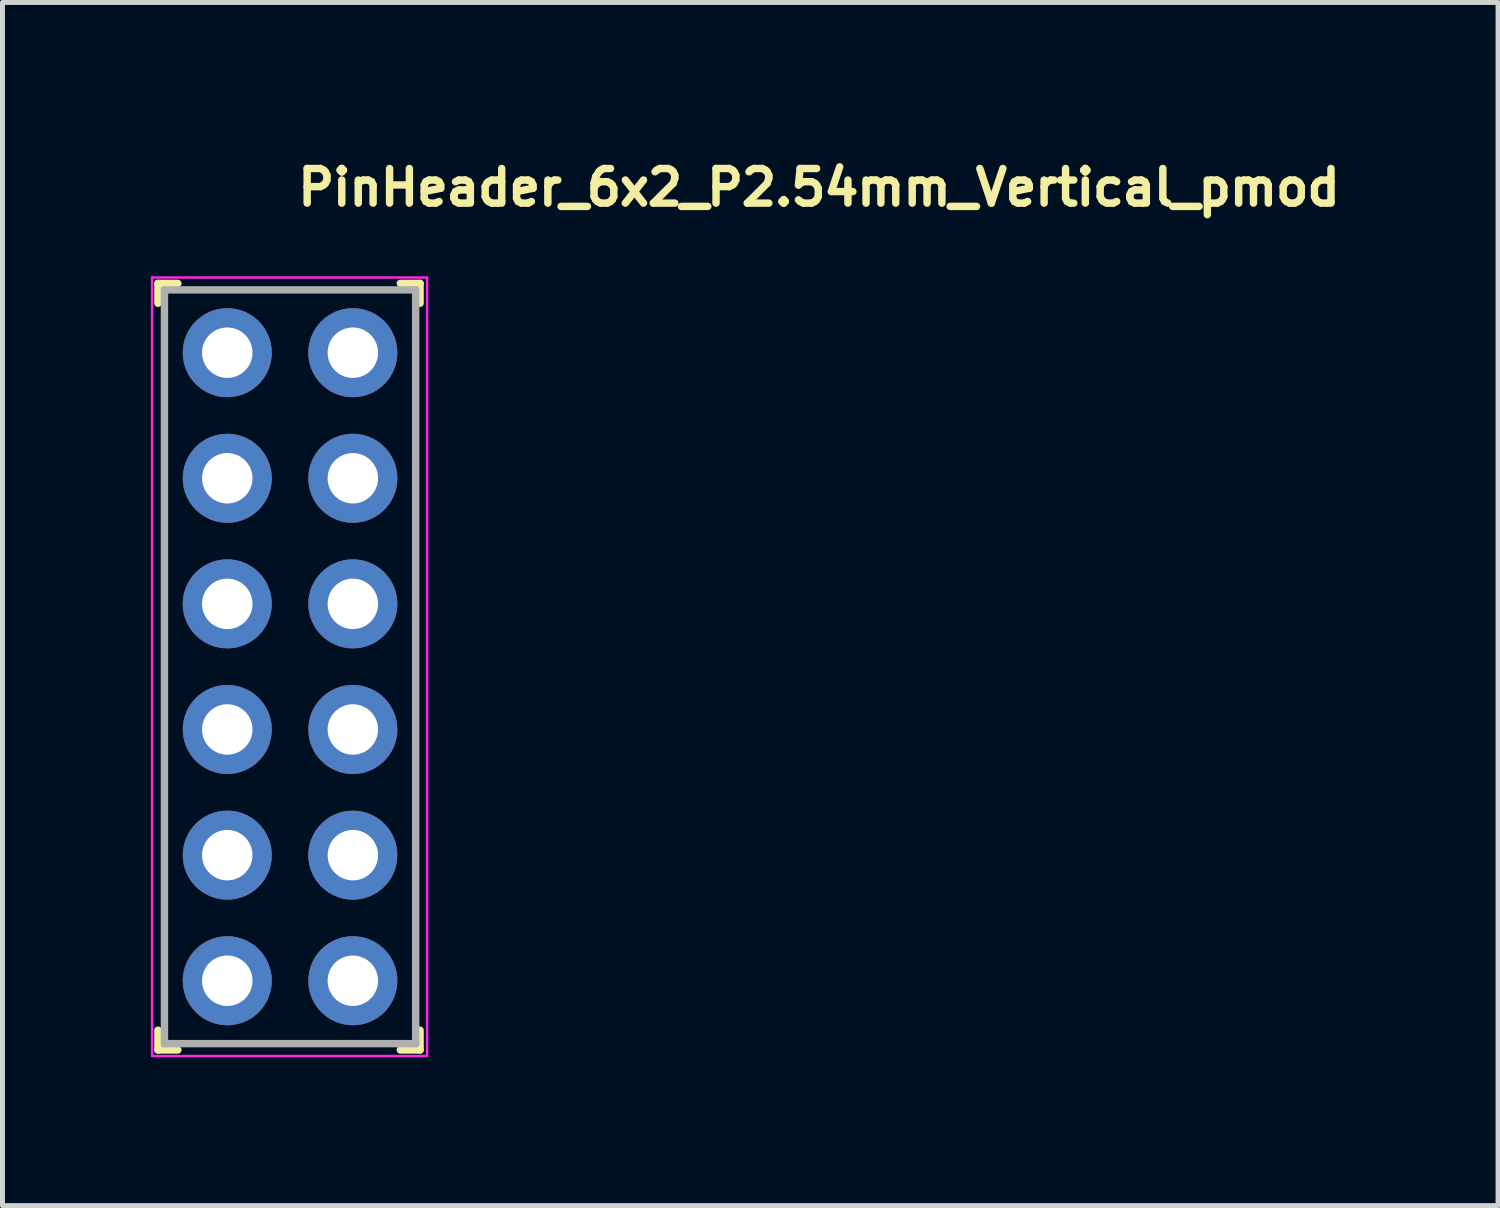
<source format=kicad_pcb>
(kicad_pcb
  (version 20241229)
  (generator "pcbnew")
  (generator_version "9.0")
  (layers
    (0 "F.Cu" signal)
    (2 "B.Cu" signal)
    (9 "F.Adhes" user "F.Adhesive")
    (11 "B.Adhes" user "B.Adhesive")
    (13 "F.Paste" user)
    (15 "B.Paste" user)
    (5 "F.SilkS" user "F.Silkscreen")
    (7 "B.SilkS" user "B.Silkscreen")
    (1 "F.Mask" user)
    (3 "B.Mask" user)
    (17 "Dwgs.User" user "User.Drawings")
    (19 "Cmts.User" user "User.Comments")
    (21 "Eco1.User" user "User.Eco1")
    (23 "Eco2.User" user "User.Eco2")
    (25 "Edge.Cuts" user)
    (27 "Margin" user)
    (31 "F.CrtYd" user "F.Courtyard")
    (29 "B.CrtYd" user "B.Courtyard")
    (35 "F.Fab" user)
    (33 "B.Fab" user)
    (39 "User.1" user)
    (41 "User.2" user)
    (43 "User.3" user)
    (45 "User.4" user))
  (footprint "PinHeader_6x2_P2.54mm_Vertical_pmod"
    (layer "F.Cu")
    (at 1.545 4.081)
    (property "Reference" "PinHeader_6x2_P2.54mm_Vertical_pmod" (at 1.35 -2.931 0) (layer "F.SilkS") (effects (font (size 0.7 0.7) (thickness 0.15)) (justify left bottom)))
    (attr through_hole)
    (fp_line (start -1.401 -1.401) (end -1.401 -1) (stroke (width 0.15) (type solid)) (layer "F.SilkS"))
    (fp_line (start -1.401 -1.401) (end -1 -1.401) (stroke (width 0.15) (type solid)) (layer "F.SilkS"))
    (fp_line (start -1.401 14.098) (end -1.401 13.698) (stroke (width 0.15) (type solid)) (layer "F.SilkS"))
    (fp_line (start -1.401 14.098) (end -1 14.098) (stroke (width 0.15) (type solid)) (layer "F.SilkS"))
    (fp_line (start 3.898 -1.401) (end 3.499 -1.401) (stroke (width 0.15) (type solid)) (layer "F.SilkS"))
    (fp_line (start 3.898 -1.401) (end 3.898 -1) (stroke (width 0.15) (type solid)) (layer "F.SilkS"))
    (fp_line (start 3.898 14.098) (end 3.499 14.098) (stroke (width 0.15) (type solid)) (layer "F.SilkS"))
    (fp_line (start 3.898 14.098) (end 3.898 13.698) (stroke (width 0.15) (type solid)) (layer "F.SilkS"))
    (fp_line (start -1.52 -1.52) (end 4.04 -1.52) (stroke (width 0.05) (type solid)) (layer "F.CrtYd"))
    (fp_line (start -1.52 14.22) (end -1.52 -1.52) (stroke (width 0.05) (type solid)) (layer "F.CrtYd"))
    (fp_line (start -1.52 14.22) (end 4.04 14.22) (stroke (width 0.05) (type solid)) (layer "F.CrtYd"))
    (fp_line (start 4.04 14.22) (end 4.04 -1.52) (stroke (width 0.05) (type solid)) (layer "F.CrtYd"))
    (fp_line (start -1.27 -1.27) (end -1.27 13.97) (stroke (width 0.15) (type solid)) (layer "F.Fab"))
    (fp_line (start -1.27 -1.27) (end 3.809 -1.27) (stroke (width 0.15) (type solid)) (layer "F.Fab"))
    (fp_line (start -1.27 13.97) (end 3.809 13.97) (stroke (width 0.15) (type solid)) (layer "F.Fab"))
    (fp_line (start 3.809 -1.27) (end 3.809 13.97) (stroke (width 0.15) (type solid)) (layer "F.Fab"))
    (fp_rect (start 3.815 14.173) (end -1.224 -1.466) (stroke (width 0.1) (type solid)) (fill no) (layer "User.5"))
    (fp_line (start -1.224 -1.466) (end 3.815 -1.466) (stroke (width 0.02) (type solid)) (layer "User.9"))
    (fp_line (start -1.224 14.173) (end -1.224 -1.466) (stroke (width 0.02) (type solid)) (layer "User.9"))
    (fp_line (start -0.925 -0.946) (end 0.975 -0.946) (stroke (width 0.02) (type solid)) (layer "User.9"))
    (fp_line (start -0.925 0.954) (end -0.925 -0.946) (stroke (width 0.02) (type solid)) (layer "User.9"))
    (fp_line (start -0.925 1.594) (end 0.975 1.594) (stroke (width 0.02) (type solid)) (layer "User.9"))
    (fp_line (start -0.925 3.495) (end -0.925 1.594) (stroke (width 0.02) (type solid)) (layer "User.9"))
    (fp_line (start -0.925 4.133) (end 0.975 4.133) (stroke (width 0.02) (type solid)) (layer "User.9"))
    (fp_line (start -0.925 6.034) (end -0.925 4.133) (stroke (width 0.02) (type solid)) (layer "User.9"))
    (fp_line (start -0.925 6.673) (end 0.975 6.673) (stroke (width 0.02) (type solid)) (layer "User.9"))
    (fp_line (start -0.925 8.574) (end -0.925 6.673) (stroke (width 0.02) (type solid)) (layer "User.9"))
    (fp_line (start -0.925 9.215) (end 0.975 9.215) (stroke (width 0.02) (type solid)) (layer "User.9"))
    (fp_line (start -0.925 11.113) (end -0.925 9.215) (stroke (width 0.02) (type solid)) (layer "User.9"))
    (fp_line (start -0.925 11.753) (end 0.975 11.753) (stroke (width 0.02) (type solid)) (layer "User.9"))
    (fp_line (start -0.925 13.654) (end -0.925 11.753) (stroke (width 0.02) (type solid)) (layer "User.9"))
    (fp_line (start -0.425 -0.447) (end -0.925 -0.946) (stroke (width 0.02) (type solid)) (layer "User.9"))
    (fp_line (start -0.425 -0.447) (end 0.477 -0.447) (stroke (width 0.02) (type solid)) (layer "User.9"))
    (fp_line (start -0.425 -0.322) (end -0.407 -0.322) (stroke (width 0.02) (type solid)) (layer "User.9"))
    (fp_line (start -0.425 0.33) (end -0.407 0.33) (stroke (width 0.02) (type solid)) (layer "User.9"))
    (fp_line (start -0.425 0.455) (end -0.925 0.954) (stroke (width 0.02) (type solid)) (layer "User.9"))
    (fp_line (start -0.425 0.455) (end -0.425 -0.447) (stroke (width 0.02) (type solid)) (layer "User.9"))
    (fp_line (start -0.425 2.093) (end -0.925 1.594) (stroke (width 0.02) (type solid)) (layer "User.9"))
    (fp_line (start -0.425 2.093) (end 0.477 2.093) (stroke (width 0.02) (type solid)) (layer "User.9"))
    (fp_line (start -0.425 2.218) (end -0.407 2.218) (stroke (width 0.02) (type solid)) (layer "User.9"))
    (fp_line (start -0.425 2.87) (end -0.407 2.87) (stroke (width 0.02) (type solid)) (layer "User.9"))
    (fp_line (start -0.425 2.995) (end -0.925 3.495) (stroke (width 0.02) (type solid)) (layer "User.9"))
    (fp_line (start -0.425 2.995) (end -0.425 2.093) (stroke (width 0.02) (type solid)) (layer "User.9"))
    (fp_line (start -0.425 4.633) (end -0.925 4.133) (stroke (width 0.02) (type solid)) (layer "User.9"))
    (fp_line (start -0.425 4.633) (end 0.477 4.633) (stroke (width 0.02) (type solid)) (layer "User.9"))
    (fp_line (start -0.425 4.758) (end -0.407 4.758) (stroke (width 0.02) (type solid)) (layer "User.9"))
    (fp_line (start -0.425 5.409) (end -0.407 5.409) (stroke (width 0.02) (type solid)) (layer "User.9"))
    (fp_line (start -0.425 5.534) (end -0.925 6.034) (stroke (width 0.02) (type solid)) (layer "User.9"))
    (fp_line (start -0.425 5.534) (end -0.425 4.633) (stroke (width 0.02) (type solid)) (layer "User.9"))
    (fp_line (start -0.425 7.173) (end -0.925 6.673) (stroke (width 0.02) (type solid)) (layer "User.9"))
    (fp_line (start -0.425 7.173) (end 0.477 7.173) (stroke (width 0.02) (type solid)) (layer "User.9"))
    (fp_line (start -0.425 7.298) (end -0.407 7.298) (stroke (width 0.02) (type solid)) (layer "User.9"))
    (fp_line (start -0.425 7.949) (end -0.407 7.949) (stroke (width 0.02) (type solid)) (layer "User.9"))
    (fp_line (start -0.425 8.074) (end -0.925 8.574) (stroke (width 0.02) (type solid)) (layer "User.9"))
    (fp_line (start -0.425 8.074) (end -0.425 7.173) (stroke (width 0.02) (type solid)) (layer "User.9"))
    (fp_line (start -0.425 9.715) (end -0.925 9.215) (stroke (width 0.02) (type solid)) (layer "User.9"))
    (fp_line (start -0.425 9.715) (end 0.477 9.715) (stroke (width 0.02) (type solid)) (layer "User.9"))
    (fp_line (start -0.425 9.84) (end -0.407 9.84) (stroke (width 0.02) (type solid)) (layer "User.9"))
    (fp_line (start -0.425 10.488) (end -0.407 10.488) (stroke (width 0.02) (type solid)) (layer "User.9"))
    (fp_line (start -0.425 10.613) (end -0.925 11.113) (stroke (width 0.02) (type solid)) (layer "User.9"))
    (fp_line (start -0.425 10.613) (end -0.425 9.715) (stroke (width 0.02) (type solid)) (layer "User.9"))
    (fp_line (start -0.425 12.253) (end -0.925 11.753) (stroke (width 0.02) (type solid)) (layer "User.9"))
    (fp_line (start -0.425 12.253) (end 0.477 12.253) (stroke (width 0.02) (type solid)) (layer "User.9"))
    (fp_line (start -0.425 12.378) (end -0.407 12.378) (stroke (width 0.02) (type solid)) (layer "User.9"))
    (fp_line (start -0.425 13.029) (end -0.407 13.029) (stroke (width 0.02) (type solid)) (layer "User.9"))
    (fp_line (start -0.425 13.154) (end -0.925 13.654) (stroke (width 0.02) (type solid)) (layer "User.9"))
    (fp_line (start -0.425 13.154) (end -0.425 12.253) (stroke (width 0.02) (type solid)) (layer "User.9"))
    (fp_line (start -0.407 -0.322) (end -0.2 -0.322) (stroke (width 0.02) (type solid)) (layer "User.9"))
    (fp_line (start -0.407 0.33) (end -0.2 0.33) (stroke (width 0.02) (type solid)) (layer "User.9"))
    (fp_line (start -0.407 2.218) (end -0.2 2.218) (stroke (width 0.02) (type solid)) (layer "User.9"))
    (fp_line (start -0.407 2.87) (end -0.2 2.87) (stroke (width 0.02) (type solid)) (layer "User.9"))
    (fp_line (start -0.407 4.758) (end -0.2 4.758) (stroke (width 0.02) (type solid)) (layer "User.9"))
    (fp_line (start -0.407 5.409) (end -0.2 5.409) (stroke (width 0.02) (type solid)) (layer "User.9"))
    (fp_line (start -0.407 7.298) (end -0.2 7.298) (stroke (width 0.02) (type solid)) (layer "User.9"))
    (fp_line (start -0.407 7.949) (end -0.2 7.949) (stroke (width 0.02) (type solid)) (layer "User.9"))
    (fp_line (start -0.407 9.84) (end -0.2 9.84) (stroke (width 0.02) (type solid)) (layer "User.9"))
    (fp_line (start -0.407 10.488) (end -0.2 10.488) (stroke (width 0.02) (type solid)) (layer "User.9"))
    (fp_line (start -0.407 12.378) (end -0.2 12.378) (stroke (width 0.02) (type solid)) (layer "User.9"))
    (fp_line (start -0.407 13.029) (end -0.2 13.029) (stroke (width 0.02) (type solid)) (layer "User.9"))
    (fp_line (start -0.203 -0.447) (end -0.203 -0.391) (stroke (width 0.02) (type solid)) (layer "User.9"))
    (fp_line (start -0.203 -0.391) (end -0.2 -0.391) (stroke (width 0.02) (type solid)) (layer "User.9"))
    (fp_line (start -0.203 0.455) (end -0.203 0.399) (stroke (width 0.02) (type solid)) (layer "User.9"))
    (fp_line (start -0.203 2.093) (end -0.203 2.149) (stroke (width 0.02) (type solid)) (layer "User.9"))
    (fp_line (start -0.203 2.149) (end -0.2 2.149) (stroke (width 0.02) (type solid)) (layer "User.9"))
    (fp_line (start -0.203 2.995) (end -0.203 2.938) (stroke (width 0.02) (type solid)) (layer "User.9"))
    (fp_line (start -0.203 4.633) (end -0.203 4.689) (stroke (width 0.02) (type solid)) (layer "User.9"))
    (fp_line (start -0.203 4.689) (end -0.2 4.689) (stroke (width 0.02) (type solid)) (layer "User.9"))
    (fp_line (start -0.203 5.534) (end -0.203 5.479) (stroke (width 0.02) (type solid)) (layer "User.9"))
    (fp_line (start -0.203 7.173) (end -0.203 7.229) (stroke (width 0.02) (type solid)) (layer "User.9"))
    (fp_line (start -0.203 7.229) (end -0.2 7.229) (stroke (width 0.02) (type solid)) (layer "User.9"))
    (fp_line (start -0.203 8.074) (end -0.203 8.019) (stroke (width 0.02) (type solid)) (layer "User.9"))
    (fp_line (start -0.203 9.715) (end -0.203 9.769) (stroke (width 0.02) (type solid)) (layer "User.9"))
    (fp_line (start -0.203 9.769) (end -0.2 9.769) (stroke (width 0.02) (type solid)) (layer "User.9"))
    (fp_line (start -0.203 10.613) (end -0.203 10.558) (stroke (width 0.02) (type solid)) (layer "User.9"))
    (fp_line (start -0.203 12.253) (end -0.203 12.31) (stroke (width 0.02) (type solid)) (layer "User.9"))
    (fp_line (start -0.203 12.31) (end -0.2 12.31) (stroke (width 0.02) (type solid)) (layer "User.9"))
    (fp_line (start -0.203 13.154) (end -0.203 13.099) (stroke (width 0.02) (type solid)) (layer "User.9"))
    (fp_line (start -0.2 -0.429) (end -0.2 -0.447) (stroke (width 0.02) (type solid)) (layer "User.9"))
    (fp_line (start -0.2 -0.429) (end -0.199 -0.431) (stroke (width 0.02) (type solid)) (layer "User.9"))
    (fp_line (start -0.2 -0.391) (end -0.2 -0.442) (stroke (width 0.02) (type solid)) (layer "User.9"))
    (fp_line (start -0.2 -0.307) (end -0.2 -0.429) (stroke (width 0.02) (type solid)) (layer "User.9"))
    (fp_line (start -0.2 -0.307) (end -0.2 -0.2) (stroke (width 0.02) (type solid)) (layer "User.9"))
    (fp_line (start -0.2 -0.2) (end 0.45 -0.2) (stroke (width 0.02) (type solid)) (layer "User.9"))
    (fp_line (start -0.2 0.208) (end -0.2 0.315) (stroke (width 0.02) (type solid)) (layer "User.9"))
    (fp_line (start -0.2 0.208) (end 0.45 0.208) (stroke (width 0.02) (type solid)) (layer "User.9"))
    (fp_line (start -0.2 0.399) (end -0.203 0.399) (stroke (width 0.02) (type solid)) (layer "User.9"))
    (fp_line (start -0.2 0.399) (end -0.2 0.45) (stroke (width 0.02) (type solid)) (layer "User.9"))
    (fp_line (start -0.2 0.437) (end -0.2 0.315) (stroke (width 0.02) (type solid)) (layer "User.9"))
    (fp_line (start -0.2 0.437) (end -0.199 0.439) (stroke (width 0.02) (type solid)) (layer "User.9"))
    (fp_line (start -0.2 0.455) (end -0.2 0.437) (stroke (width 0.02) (type solid)) (layer "User.9"))
    (fp_line (start -0.2 2.111) (end -0.2 2.093) (stroke (width 0.02) (type solid)) (layer "User.9"))
    (fp_line (start -0.2 2.111) (end -0.199 2.108) (stroke (width 0.02) (type solid)) (layer "User.9"))
    (fp_line (start -0.2 2.149) (end -0.2 2.096) (stroke (width 0.02) (type solid)) (layer "User.9"))
    (fp_line (start -0.2 2.233) (end -0.2 2.111) (stroke (width 0.02) (type solid)) (layer "User.9"))
    (fp_line (start -0.2 2.233) (end -0.2 2.342) (stroke (width 0.02) (type solid)) (layer "User.9"))
    (fp_line (start -0.2 2.342) (end 0.45 2.342) (stroke (width 0.02) (type solid)) (layer "User.9"))
    (fp_line (start -0.2 2.746) (end -0.2 2.855) (stroke (width 0.02) (type solid)) (layer "User.9"))
    (fp_line (start -0.2 2.746) (end 0.45 2.746) (stroke (width 0.02) (type solid)) (layer "User.9"))
    (fp_line (start -0.2 2.938) (end -0.203 2.938) (stroke (width 0.02) (type solid)) (layer "User.9"))
    (fp_line (start -0.2 2.938) (end -0.2 2.991) (stroke (width 0.02) (type solid)) (layer "User.9"))
    (fp_line (start -0.2 2.978) (end -0.2 2.855) (stroke (width 0.02) (type solid)) (layer "User.9"))
    (fp_line (start -0.2 2.978) (end -0.199 2.979) (stroke (width 0.02) (type solid)) (layer "User.9"))
    (fp_line (start -0.2 2.995) (end -0.2 2.978) (stroke (width 0.02) (type solid)) (layer "User.9"))
    (fp_line (start -0.2 4.651) (end -0.2 4.633) (stroke (width 0.02) (type solid)) (layer "User.9"))
    (fp_line (start -0.2 4.651) (end -0.199 4.649) (stroke (width 0.02) (type solid)) (layer "User.9"))
    (fp_line (start -0.2 4.689) (end -0.2 4.636) (stroke (width 0.02) (type solid)) (layer "User.9"))
    (fp_line (start -0.2 4.773) (end -0.2 4.651) (stroke (width 0.02) (type solid)) (layer "User.9"))
    (fp_line (start -0.2 4.773) (end -0.2 4.88) (stroke (width 0.02) (type solid)) (layer "User.9"))
    (fp_line (start -0.2 4.88) (end 0.45 4.88) (stroke (width 0.02) (type solid)) (layer "User.9"))
    (fp_line (start -0.2 5.287) (end -0.2 5.396) (stroke (width 0.02) (type solid)) (layer "User.9"))
    (fp_line (start -0.2 5.287) (end 0.45 5.287) (stroke (width 0.02) (type solid)) (layer "User.9"))
    (fp_line (start -0.2 5.479) (end -0.203 5.479) (stroke (width 0.02) (type solid)) (layer "User.9"))
    (fp_line (start -0.2 5.479) (end -0.2 5.532) (stroke (width 0.02) (type solid)) (layer "User.9"))
    (fp_line (start -0.2 5.518) (end -0.2 5.396) (stroke (width 0.02) (type solid)) (layer "User.9"))
    (fp_line (start -0.2 5.518) (end -0.199 5.519) (stroke (width 0.02) (type solid)) (layer "User.9"))
    (fp_line (start -0.2 5.534) (end -0.2 5.518) (stroke (width 0.02) (type solid)) (layer "User.9"))
    (fp_line (start -0.2 7.191) (end -0.2 7.173) (stroke (width 0.02) (type solid)) (layer "User.9"))
    (fp_line (start -0.2 7.191) (end -0.199 7.189) (stroke (width 0.02) (type solid)) (layer "User.9"))
    (fp_line (start -0.2 7.229) (end -0.2 7.176) (stroke (width 0.02) (type solid)) (layer "User.9"))
    (fp_line (start -0.2 7.313) (end -0.2 7.191) (stroke (width 0.02) (type solid)) (layer "User.9"))
    (fp_line (start -0.2 7.313) (end -0.2 7.42) (stroke (width 0.02) (type solid)) (layer "User.9"))
    (fp_line (start -0.2 7.42) (end 0.45 7.42) (stroke (width 0.02) (type solid)) (layer "User.9"))
    (fp_line (start -0.2 7.827) (end -0.2 7.936) (stroke (width 0.02) (type solid)) (layer "User.9"))
    (fp_line (start -0.2 7.827) (end 0.45 7.827) (stroke (width 0.02) (type solid)) (layer "User.9"))
    (fp_line (start -0.2 8.019) (end -0.203 8.019) (stroke (width 0.02) (type solid)) (layer "User.9"))
    (fp_line (start -0.2 8.019) (end -0.2 8.071) (stroke (width 0.02) (type solid)) (layer "User.9"))
    (fp_line (start -0.2 8.058) (end -0.2 7.936) (stroke (width 0.02) (type solid)) (layer "User.9"))
    (fp_line (start -0.2 8.058) (end -0.199 8.06) (stroke (width 0.02) (type solid)) (layer "User.9"))
    (fp_line (start -0.2 8.074) (end -0.2 8.058) (stroke (width 0.02) (type solid)) (layer "User.9"))
    (fp_line (start -0.2 9.731) (end -0.2 9.715) (stroke (width 0.02) (type solid)) (layer "User.9"))
    (fp_line (start -0.2 9.731) (end -0.199 9.728) (stroke (width 0.02) (type solid)) (layer "User.9"))
    (fp_line (start -0.2 9.769) (end -0.2 9.717) (stroke (width 0.02) (type solid)) (layer "User.9"))
    (fp_line (start -0.2 9.852) (end -0.2 9.731) (stroke (width 0.02) (type solid)) (layer "User.9"))
    (fp_line (start -0.2 9.852) (end -0.2 9.961) (stroke (width 0.02) (type solid)) (layer "User.9"))
    (fp_line (start -0.2 9.961) (end 0.45 9.961) (stroke (width 0.02) (type solid)) (layer "User.9"))
    (fp_line (start -0.2 10.366) (end -0.2 10.475) (stroke (width 0.02) (type solid)) (layer "User.9"))
    (fp_line (start -0.2 10.366) (end 0.45 10.366) (stroke (width 0.02) (type solid)) (layer "User.9"))
    (fp_line (start -0.2 10.558) (end -0.203 10.558) (stroke (width 0.02) (type solid)) (layer "User.9"))
    (fp_line (start -0.2 10.558) (end -0.2 10.611) (stroke (width 0.02) (type solid)) (layer "User.9"))
    (fp_line (start -0.2 10.597) (end -0.2 10.475) (stroke (width 0.02) (type solid)) (layer "User.9"))
    (fp_line (start -0.2 10.597) (end -0.199 10.599) (stroke (width 0.02) (type solid)) (layer "User.9"))
    (fp_line (start -0.2 10.613) (end -0.2 10.597) (stroke (width 0.02) (type solid)) (layer "User.9"))
    (fp_line (start -0.2 12.27) (end -0.2 12.253) (stroke (width 0.02) (type solid)) (layer "User.9"))
    (fp_line (start -0.2 12.27) (end -0.199 12.269) (stroke (width 0.02) (type solid)) (layer "User.9"))
    (fp_line (start -0.2 12.31) (end -0.2 12.256) (stroke (width 0.02) (type solid)) (layer "User.9"))
    (fp_line (start -0.2 12.393) (end -0.2 12.27) (stroke (width 0.02) (type solid)) (layer "User.9"))
    (fp_line (start -0.2 12.393) (end -0.2 12.5) (stroke (width 0.02) (type solid)) (layer "User.9"))
    (fp_line (start -0.2 12.5) (end 0.45 12.5) (stroke (width 0.02) (type solid)) (layer "User.9"))
    (fp_line (start -0.2 12.907) (end -0.2 13.016) (stroke (width 0.02) (type solid)) (layer "User.9"))
    (fp_line (start -0.2 12.907) (end 0.45 12.907) (stroke (width 0.02) (type solid)) (layer "User.9"))
    (fp_line (start -0.2 13.099) (end -0.203 13.099) (stroke (width 0.02) (type solid)) (layer "User.9"))
    (fp_line (start -0.2 13.099) (end -0.2 13.15) (stroke (width 0.02) (type solid)) (layer "User.9"))
    (fp_line (start -0.2 13.138) (end -0.2 13.016) (stroke (width 0.02) (type solid)) (layer "User.9"))
    (fp_line (start -0.2 13.138) (end -0.199 13.14) (stroke (width 0.02) (type solid)) (layer "User.9"))
    (fp_line (start -0.2 13.154) (end -0.2 13.138) (stroke (width 0.02) (type solid)) (layer "User.9"))
    (fp_line (start -0.199 -0.439) (end -0.197 -0.441) (stroke (width 0.02) (type solid)) (layer "User.9"))
    (fp_line (start -0.199 -0.437) (end -0.199 -0.439) (stroke (width 0.02) (type solid)) (layer "User.9"))
    (fp_line (start -0.199 -0.435) (end -0.199 -0.437) (stroke (width 0.02) (type solid)) (layer "User.9"))
    (fp_line (start -0.199 -0.433) (end -0.199 -0.435) (stroke (width 0.02) (type solid)) (layer "User.9"))
    (fp_line (start -0.199 -0.431) (end -0.199 -0.433) (stroke (width 0.02) (type solid)) (layer "User.9"))
    (fp_line (start -0.199 0.439) (end -0.199 0.441) (stroke (width 0.02) (type solid)) (layer "User.9"))
    (fp_line (start -0.199 0.441) (end -0.199 0.443) (stroke (width 0.02) (type solid)) (layer "User.9"))
    (fp_line (start -0.199 0.443) (end -0.199 0.445) (stroke (width 0.02) (type solid)) (layer "User.9"))
    (fp_line (start -0.199 0.445) (end -0.199 0.447) (stroke (width 0.02) (type solid)) (layer "User.9"))
    (fp_line (start -0.199 0.447) (end -0.197 0.449) (stroke (width 0.02) (type solid)) (layer "User.9"))
    (fp_line (start -0.199 2.1) (end -0.197 2.099) (stroke (width 0.02) (type solid)) (layer "User.9"))
    (fp_line (start -0.199 2.103) (end -0.199 2.1) (stroke (width 0.02) (type solid)) (layer "User.9"))
    (fp_line (start -0.199 2.104) (end -0.199 2.103) (stroke (width 0.02) (type solid)) (layer "User.9"))
    (fp_line (start -0.199 2.107) (end -0.199 2.104) (stroke (width 0.02) (type solid)) (layer "User.9"))
    (fp_line (start -0.199 2.108) (end -0.199 2.107) (stroke (width 0.02) (type solid)) (layer "User.9"))
    (fp_line (start -0.199 2.979) (end -0.199 2.982) (stroke (width 0.02) (type solid)) (layer "User.9"))
    (fp_line (start -0.199 2.982) (end -0.199 2.983) (stroke (width 0.02) (type solid)) (layer "User.9"))
    (fp_line (start -0.199 2.983) (end -0.199 2.986) (stroke (width 0.02) (type solid)) (layer "User.9"))
    (fp_line (start -0.199 2.986) (end -0.199 2.987) (stroke (width 0.02) (type solid)) (layer "User.9"))
    (fp_line (start -0.199 2.987) (end -0.197 2.99) (stroke (width 0.02) (type solid)) (layer "User.9"))
    (fp_line (start -0.199 4.641) (end -0.197 4.638) (stroke (width 0.02) (type solid)) (layer "User.9"))
    (fp_line (start -0.199 4.643) (end -0.199 4.641) (stroke (width 0.02) (type solid)) (layer "User.9"))
    (fp_line (start -0.199 4.644) (end -0.199 4.643) (stroke (width 0.02) (type solid)) (layer "User.9"))
    (fp_line (start -0.199 4.646) (end -0.199 4.644) (stroke (width 0.02) (type solid)) (layer "User.9"))
    (fp_line (start -0.199 4.649) (end -0.199 4.646) (stroke (width 0.02) (type solid)) (layer "User.9"))
    (fp_line (start -0.199 5.519) (end -0.199 5.521) (stroke (width 0.02) (type solid)) (layer "User.9"))
    (fp_line (start -0.199 5.521) (end -0.199 5.524) (stroke (width 0.02) (type solid)) (layer "User.9"))
    (fp_line (start -0.199 5.524) (end -0.199 5.526) (stroke (width 0.02) (type solid)) (layer "User.9"))
    (fp_line (start -0.199 5.526) (end -0.199 5.527) (stroke (width 0.02) (type solid)) (layer "User.9"))
    (fp_line (start -0.199 5.527) (end -0.197 5.529) (stroke (width 0.02) (type solid)) (layer "User.9"))
    (fp_line (start -0.199 7.181) (end -0.197 7.178) (stroke (width 0.02) (type solid)) (layer "User.9"))
    (fp_line (start -0.199 7.183) (end -0.199 7.181) (stroke (width 0.02) (type solid)) (layer "User.9"))
    (fp_line (start -0.199 7.184) (end -0.199 7.183) (stroke (width 0.02) (type solid)) (layer "User.9"))
    (fp_line (start -0.199 7.186) (end -0.199 7.184) (stroke (width 0.02) (type solid)) (layer "User.9"))
    (fp_line (start -0.199 7.189) (end -0.199 7.186) (stroke (width 0.02) (type solid)) (layer "User.9"))
    (fp_line (start -0.199 8.06) (end -0.199 8.061) (stroke (width 0.02) (type solid)) (layer "User.9"))
    (fp_line (start -0.199 8.061) (end -0.199 8.064) (stroke (width 0.02) (type solid)) (layer "User.9"))
    (fp_line (start -0.199 8.064) (end -0.199 8.065) (stroke (width 0.02) (type solid)) (layer "User.9"))
    (fp_line (start -0.199 8.065) (end -0.199 8.067) (stroke (width 0.02) (type solid)) (layer "User.9"))
    (fp_line (start -0.199 8.067) (end -0.197 8.07) (stroke (width 0.02) (type solid)) (layer "User.9"))
    (fp_line (start -0.199 9.721) (end -0.197 9.718) (stroke (width 0.02) (type solid)) (layer "User.9"))
    (fp_line (start -0.199 9.722) (end -0.199 9.721) (stroke (width 0.02) (type solid)) (layer "User.9"))
    (fp_line (start -0.199 9.724) (end -0.199 9.722) (stroke (width 0.02) (type solid)) (layer "User.9"))
    (fp_line (start -0.199 9.727) (end -0.199 9.724) (stroke (width 0.02) (type solid)) (layer "User.9"))
    (fp_line (start -0.199 9.728) (end -0.199 9.727) (stroke (width 0.02) (type solid)) (layer "User.9"))
    (fp_line (start -0.199 10.599) (end -0.199 10.602) (stroke (width 0.02) (type solid)) (layer "User.9"))
    (fp_line (start -0.199 10.602) (end -0.199 10.603) (stroke (width 0.02) (type solid)) (layer "User.9"))
    (fp_line (start -0.199 10.603) (end -0.199 10.606) (stroke (width 0.02) (type solid)) (layer "User.9"))
    (fp_line (start -0.199 10.606) (end -0.199 10.608) (stroke (width 0.02) (type solid)) (layer "User.9"))
    (fp_line (start -0.199 10.608) (end -0.197 10.609) (stroke (width 0.02) (type solid)) (layer "User.9"))
    (fp_line (start -0.199 12.26) (end -0.197 12.259) (stroke (width 0.02) (type solid)) (layer "User.9"))
    (fp_line (start -0.199 12.263) (end -0.199 12.26) (stroke (width 0.02) (type solid)) (layer "User.9"))
    (fp_line (start -0.199 12.265) (end -0.199 12.263) (stroke (width 0.02) (type solid)) (layer "User.9"))
    (fp_line (start -0.199 12.266) (end -0.199 12.265) (stroke (width 0.02) (type solid)) (layer "User.9"))
    (fp_line (start -0.199 12.269) (end -0.199 12.266) (stroke (width 0.02) (type solid)) (layer "User.9"))
    (fp_line (start -0.199 13.14) (end -0.199 13.141) (stroke (width 0.02) (type solid)) (layer "User.9"))
    (fp_line (start -0.199 13.141) (end -0.199 13.144) (stroke (width 0.02) (type solid)) (layer "User.9"))
    (fp_line (start -0.199 13.144) (end -0.199 13.145) (stroke (width 0.02) (type solid)) (layer "User.9"))
    (fp_line (start -0.199 13.145) (end -0.199 13.147) (stroke (width 0.02) (type solid)) (layer "User.9"))
    (fp_line (start -0.199 13.147) (end -0.197 13.15) (stroke (width 0.02) (type solid)) (layer "User.9"))
    (fp_line (start -0.197 -0.443) (end -0.196 -0.447) (stroke (width 0.02) (type solid)) (layer "User.9"))
    (fp_line (start -0.197 -0.441) (end -0.197 -0.443) (stroke (width 0.02) (type solid)) (layer "User.9"))
    (fp_line (start -0.197 0.449) (end -0.197 0.451) (stroke (width 0.02) (type solid)) (layer "User.9"))
    (fp_line (start -0.197 0.451) (end -0.196 0.455) (stroke (width 0.02) (type solid)) (layer "User.9"))
    (fp_line (start -0.197 2.096) (end -0.196 2.093) (stroke (width 0.02) (type solid)) (layer "User.9"))
    (fp_line (start -0.197 2.099) (end -0.197 2.096) (stroke (width 0.02) (type solid)) (layer "User.9"))
    (fp_line (start -0.197 2.99) (end -0.197 2.991) (stroke (width 0.02) (type solid)) (layer "User.9"))
    (fp_line (start -0.197 2.991) (end -0.196 2.995) (stroke (width 0.02) (type solid)) (layer "User.9"))
    (fp_line (start -0.197 4.636) (end -0.196 4.633) (stroke (width 0.02) (type solid)) (layer "User.9"))
    (fp_line (start -0.197 4.638) (end -0.197 4.636) (stroke (width 0.02) (type solid)) (layer "User.9"))
    (fp_line (start -0.197 5.529) (end -0.197 5.532) (stroke (width 0.02) (type solid)) (layer "User.9"))
    (fp_line (start -0.197 5.532) (end -0.196 5.534) (stroke (width 0.02) (type solid)) (layer "User.9"))
    (fp_line (start -0.197 7.176) (end -0.196 7.173) (stroke (width 0.02) (type solid)) (layer "User.9"))
    (fp_line (start -0.197 7.178) (end -0.197 7.176) (stroke (width 0.02) (type solid)) (layer "User.9"))
    (fp_line (start -0.197 8.07) (end -0.197 8.071) (stroke (width 0.02) (type solid)) (layer "User.9"))
    (fp_line (start -0.197 8.071) (end -0.196 8.074) (stroke (width 0.02) (type solid)) (layer "User.9"))
    (fp_line (start -0.197 9.717) (end -0.196 9.714) (stroke (width 0.02) (type solid)) (layer "User.9"))
    (fp_line (start -0.197 9.718) (end -0.197 9.717) (stroke (width 0.02) (type solid)) (layer "User.9"))
    (fp_line (start -0.197 10.609) (end -0.197 10.612) (stroke (width 0.02) (type solid)) (layer "User.9"))
    (fp_line (start -0.197 10.612) (end -0.196 10.613) (stroke (width 0.02) (type solid)) (layer "User.9"))
    (fp_line (start -0.197 12.256) (end -0.196 12.254) (stroke (width 0.02) (type solid)) (layer "User.9"))
    (fp_line (start -0.197 12.259) (end -0.197 12.256) (stroke (width 0.02) (type solid)) (layer "User.9"))
    (fp_line (start -0.197 13.15) (end -0.197 13.151) (stroke (width 0.02) (type solid)) (layer "User.9"))
    (fp_line (start -0.197 13.151) (end -0.196 13.154) (stroke (width 0.02) (type solid)) (layer "User.9"))
    (fp_line (start 0.151 0.208) (end 0.151 -0.2) (stroke (width 0.02) (type solid)) (layer "User.9"))
    (fp_line (start 0.151 2.746) (end 0.151 2.342) (stroke (width 0.02) (type solid)) (layer "User.9"))
    (fp_line (start 0.151 5.287) (end 0.151 4.88) (stroke (width 0.02) (type solid)) (layer "User.9"))
    (fp_line (start 0.151 7.827) (end 0.151 7.42) (stroke (width 0.02) (type solid)) (layer "User.9"))
    (fp_line (start 0.151 10.366) (end 0.151 9.961) (stroke (width 0.02) (type solid)) (layer "User.9"))
    (fp_line (start 0.151 12.907) (end 0.151 12.5) (stroke (width 0.02) (type solid)) (layer "User.9"))
    (fp_line (start 0.449 -0.443) (end 0.449 -0.447) (stroke (width 0.02) (type solid)) (layer "User.9"))
    (fp_line (start 0.449 -0.441) (end 0.449 -0.443) (stroke (width 0.02) (type solid)) (layer "User.9"))
    (fp_line (start 0.449 0.449) (end 0.449 0.451) (stroke (width 0.02) (type solid)) (layer "User.9"))
    (fp_line (start 0.449 0.451) (end 0.449 0.455) (stroke (width 0.02) (type solid)) (layer "User.9"))
    (fp_line (start 0.449 2.096) (end 0.449 2.093) (stroke (width 0.02) (type solid)) (layer "User.9"))
    (fp_line (start 0.449 2.099) (end 0.449 2.096) (stroke (width 0.02) (type solid)) (layer "User.9"))
    (fp_line (start 0.449 2.99) (end 0.449 2.991) (stroke (width 0.02) (type solid)) (layer "User.9"))
    (fp_line (start 0.449 2.991) (end 0.449 2.995) (stroke (width 0.02) (type solid)) (layer "User.9"))
    (fp_line (start 0.449 4.636) (end 0.449 4.633) (stroke (width 0.02) (type solid)) (layer "User.9"))
    (fp_line (start 0.449 4.638) (end 0.449 4.636) (stroke (width 0.02) (type solid)) (layer "User.9"))
    (fp_line (start 0.449 5.529) (end 0.449 5.532) (stroke (width 0.02) (type solid)) (layer "User.9"))
    (fp_line (start 0.449 5.532) (end 0.449 5.534) (stroke (width 0.02) (type solid)) (layer "User.9"))
    (fp_line (start 0.449 7.176) (end 0.449 7.173) (stroke (width 0.02) (type solid)) (layer "User.9"))
    (fp_line (start 0.449 7.178) (end 0.449 7.176) (stroke (width 0.02) (type solid)) (layer "User.9"))
    (fp_line (start 0.449 8.07) (end 0.449 8.071) (stroke (width 0.02) (type solid)) (layer "User.9"))
    (fp_line (start 0.449 8.071) (end 0.449 8.074) (stroke (width 0.02) (type solid)) (layer "User.9"))
    (fp_line (start 0.449 9.717) (end 0.449 9.714) (stroke (width 0.02) (type solid)) (layer "User.9"))
    (fp_line (start 0.449 9.718) (end 0.449 9.717) (stroke (width 0.02) (type solid)) (layer "User.9"))
    (fp_line (start 0.449 10.609) (end 0.449 10.612) (stroke (width 0.02) (type solid)) (layer "User.9"))
    (fp_line (start 0.449 10.612) (end 0.449 10.613) (stroke (width 0.02) (type solid)) (layer "User.9"))
    (fp_line (start 0.449 12.256) (end 0.449 12.254) (stroke (width 0.02) (type solid)) (layer "User.9"))
    (fp_line (start 0.449 12.259) (end 0.449 12.256) (stroke (width 0.02) (type solid)) (layer "User.9"))
    (fp_line (start 0.449 13.15) (end 0.449 13.151) (stroke (width 0.02) (type solid)) (layer "User.9"))
    (fp_line (start 0.449 13.151) (end 0.449 13.154) (stroke (width 0.02) (type solid)) (layer "User.9"))
    (fp_line (start 0.45 -0.447) (end 0.45 -0.442) (stroke (width 0.02) (type solid)) (layer "User.9"))
    (fp_line (start 0.45 -0.447) (end 0.45 -0.429) (stroke (width 0.02) (type solid)) (layer "User.9"))
    (fp_line (start 0.45 -0.439) (end 0.449 -0.441) (stroke (width 0.02) (type solid)) (layer "User.9"))
    (fp_line (start 0.45 -0.437) (end 0.45 -0.439) (stroke (width 0.02) (type solid)) (layer "User.9"))
    (fp_line (start 0.45 -0.435) (end 0.45 -0.437) (stroke (width 0.02) (type solid)) (layer "User.9"))
    (fp_line (start 0.45 -0.433) (end 0.45 -0.435) (stroke (width 0.02) (type solid)) (layer "User.9"))
    (fp_line (start 0.45 -0.431) (end 0.45 -0.433) (stroke (width 0.02) (type solid)) (layer "User.9"))
    (fp_line (start 0.45 -0.429) (end 0.45 -0.431) (stroke (width 0.02) (type solid)) (layer "User.9"))
    (fp_line (start 0.45 -0.382) (end 0.452 -0.384) (stroke (width 0.02) (type solid)) (layer "User.9"))
    (fp_line (start 0.45 -0.307) (end 0.45 -0.429) (stroke (width 0.02) (type solid)) (layer "User.9"))
    (fp_line (start 0.45 -0.307) (end 0.45 -0.2) (stroke (width 0.02) (type solid)) (layer "User.9"))
    (fp_line (start 0.45 0.208) (end 0.45 0.315) (stroke (width 0.02) (type solid)) (layer "User.9"))
    (fp_line (start 0.45 0.437) (end 0.45 0.315) (stroke (width 0.02) (type solid)) (layer "User.9"))
    (fp_line (start 0.45 0.437) (end 0.45 0.439) (stroke (width 0.02) (type solid)) (layer "User.9"))
    (fp_line (start 0.45 0.437) (end 0.45 0.455) (stroke (width 0.02) (type solid)) (layer "User.9"))
    (fp_line (start 0.45 0.439) (end 0.45 0.441) (stroke (width 0.02) (type solid)) (layer "User.9"))
    (fp_line (start 0.45 0.441) (end 0.45 0.443) (stroke (width 0.02) (type solid)) (layer "User.9"))
    (fp_line (start 0.45 0.443) (end 0.45 0.445) (stroke (width 0.02) (type solid)) (layer "User.9"))
    (fp_line (start 0.45 0.445) (end 0.45 0.447) (stroke (width 0.02) (type solid)) (layer "User.9"))
    (fp_line (start 0.45 0.447) (end 0.449 0.449) (stroke (width 0.02) (type solid)) (layer "User.9"))
    (fp_line (start 0.45 2.093) (end 0.45 2.096) (stroke (width 0.02) (type solid)) (layer "User.9"))
    (fp_line (start 0.45 2.093) (end 0.45 2.111) (stroke (width 0.02) (type solid)) (layer "User.9"))
    (fp_line (start 0.45 2.1) (end 0.449 2.099) (stroke (width 0.02) (type solid)) (layer "User.9"))
    (fp_line (start 0.45 2.103) (end 0.45 2.1) (stroke (width 0.02) (type solid)) (layer "User.9"))
    (fp_line (start 0.45 2.104) (end 0.45 2.103) (stroke (width 0.02) (type solid)) (layer "User.9"))
    (fp_line (start 0.45 2.107) (end 0.45 2.104) (stroke (width 0.02) (type solid)) (layer "User.9"))
    (fp_line (start 0.45 2.108) (end 0.45 2.107) (stroke (width 0.02) (type solid)) (layer "User.9"))
    (fp_line (start 0.45 2.111) (end 0.45 2.108) (stroke (width 0.02) (type solid)) (layer "User.9"))
    (fp_line (start 0.45 2.159) (end 0.452 2.156) (stroke (width 0.02) (type solid)) (layer "User.9"))
    (fp_line (start 0.45 2.233) (end 0.45 2.111) (stroke (width 0.02) (type solid)) (layer "User.9"))
    (fp_line (start 0.45 2.233) (end 0.45 2.342) (stroke (width 0.02) (type solid)) (layer "User.9"))
    (fp_line (start 0.45 2.746) (end 0.45 2.855) (stroke (width 0.02) (type solid)) (layer "User.9"))
    (fp_line (start 0.45 2.978) (end 0.45 2.855) (stroke (width 0.02) (type solid)) (layer "User.9"))
    (fp_line (start 0.45 2.978) (end 0.45 2.979) (stroke (width 0.02) (type solid)) (layer "User.9"))
    (fp_line (start 0.45 2.978) (end 0.45 2.995) (stroke (width 0.02) (type solid)) (layer "User.9"))
    (fp_line (start 0.45 2.979) (end 0.45 2.982) (stroke (width 0.02) (type solid)) (layer "User.9"))
    (fp_line (start 0.45 2.982) (end 0.45 2.983) (stroke (width 0.02) (type solid)) (layer "User.9"))
    (fp_line (start 0.45 2.983) (end 0.45 2.986) (stroke (width 0.02) (type solid)) (layer "User.9"))
    (fp_line (start 0.45 2.986) (end 0.45 2.987) (stroke (width 0.02) (type solid)) (layer "User.9"))
    (fp_line (start 0.45 2.987) (end 0.449 2.99) (stroke (width 0.02) (type solid)) (layer "User.9"))
    (fp_line (start 0.45 2.991) (end 0.45 2.995) (stroke (width 0.02) (type solid)) (layer "User.9"))
    (fp_line (start 0.45 4.633) (end 0.45 4.636) (stroke (width 0.02) (type solid)) (layer "User.9"))
    (fp_line (start 0.45 4.633) (end 0.45 4.651) (stroke (width 0.02) (type solid)) (layer "User.9"))
    (fp_line (start 0.45 4.641) (end 0.449 4.638) (stroke (width 0.02) (type solid)) (layer "User.9"))
    (fp_line (start 0.45 4.643) (end 0.45 4.641) (stroke (width 0.02) (type solid)) (layer "User.9"))
    (fp_line (start 0.45 4.644) (end 0.45 4.643) (stroke (width 0.02) (type solid)) (layer "User.9"))
    (fp_line (start 0.45 4.646) (end 0.45 4.644) (stroke (width 0.02) (type solid)) (layer "User.9"))
    (fp_line (start 0.45 4.649) (end 0.45 4.646) (stroke (width 0.02) (type solid)) (layer "User.9"))
    (fp_line (start 0.45 4.651) (end 0.45 4.649) (stroke (width 0.02) (type solid)) (layer "User.9"))
    (fp_line (start 0.45 4.699) (end 0.452 4.697) (stroke (width 0.02) (type solid)) (layer "User.9"))
    (fp_line (start 0.45 4.773) (end 0.45 4.651) (stroke (width 0.02) (type solid)) (layer "User.9"))
    (fp_line (start 0.45 4.773) (end 0.45 4.88) (stroke (width 0.02) (type solid)) (layer "User.9"))
    (fp_line (start 0.45 5.287) (end 0.45 5.396) (stroke (width 0.02) (type solid)) (layer "User.9"))
    (fp_line (start 0.45 5.518) (end 0.45 5.396) (stroke (width 0.02) (type solid)) (layer "User.9"))
    (fp_line (start 0.45 5.518) (end 0.45 5.519) (stroke (width 0.02) (type solid)) (layer "User.9"))
    (fp_line (start 0.45 5.518) (end 0.45 5.534) (stroke (width 0.02) (type solid)) (layer "User.9"))
    (fp_line (start 0.45 5.519) (end 0.45 5.521) (stroke (width 0.02) (type solid)) (layer "User.9"))
    (fp_line (start 0.45 5.521) (end 0.45 5.524) (stroke (width 0.02) (type solid)) (layer "User.9"))
    (fp_line (start 0.45 5.524) (end 0.45 5.526) (stroke (width 0.02) (type solid)) (layer "User.9"))
    (fp_line (start 0.45 5.526) (end 0.45 5.527) (stroke (width 0.02) (type solid)) (layer "User.9"))
    (fp_line (start 0.45 5.527) (end 0.449 5.529) (stroke (width 0.02) (type solid)) (layer "User.9"))
    (fp_line (start 0.45 7.173) (end 0.45 7.176) (stroke (width 0.02) (type solid)) (layer "User.9"))
    (fp_line (start 0.45 7.173) (end 0.45 7.191) (stroke (width 0.02) (type solid)) (layer "User.9"))
    (fp_line (start 0.45 7.181) (end 0.449 7.178) (stroke (width 0.02) (type solid)) (layer "User.9"))
    (fp_line (start 0.45 7.183) (end 0.45 7.181) (stroke (width 0.02) (type solid)) (layer "User.9"))
    (fp_line (start 0.45 7.184) (end 0.45 7.183) (stroke (width 0.02) (type solid)) (layer "User.9"))
    (fp_line (start 0.45 7.186) (end 0.45 7.184) (stroke (width 0.02) (type solid)) (layer "User.9"))
    (fp_line (start 0.45 7.189) (end 0.45 7.186) (stroke (width 0.02) (type solid)) (layer "User.9"))
    (fp_line (start 0.45 7.191) (end 0.45 7.189) (stroke (width 0.02) (type solid)) (layer "User.9"))
    (fp_line (start 0.45 7.239) (end 0.452 7.237) (stroke (width 0.02) (type solid)) (layer "User.9"))
    (fp_line (start 0.45 7.313) (end 0.45 7.191) (stroke (width 0.02) (type solid)) (layer "User.9"))
    (fp_line (start 0.45 7.313) (end 0.45 7.42) (stroke (width 0.02) (type solid)) (layer "User.9"))
    (fp_line (start 0.45 7.827) (end 0.45 7.936) (stroke (width 0.02) (type solid)) (layer "User.9"))
    (fp_line (start 0.45 8.058) (end 0.45 7.936) (stroke (width 0.02) (type solid)) (layer "User.9"))
    (fp_line (start 0.45 8.058) (end 0.45 8.06) (stroke (width 0.02) (type solid)) (layer "User.9"))
    (fp_line (start 0.45 8.058) (end 0.45 8.074) (stroke (width 0.02) (type solid)) (layer "User.9"))
    (fp_line (start 0.45 8.06) (end 0.45 8.061) (stroke (width 0.02) (type solid)) (layer "User.9"))
    (fp_line (start 0.45 8.061) (end 0.45 8.064) (stroke (width 0.02) (type solid)) (layer "User.9"))
    (fp_line (start 0.45 8.064) (end 0.45 8.065) (stroke (width 0.02) (type solid)) (layer "User.9"))
    (fp_line (start 0.45 8.065) (end 0.45 8.067) (stroke (width 0.02) (type solid)) (layer "User.9"))
    (fp_line (start 0.45 8.067) (end 0.449 8.07) (stroke (width 0.02) (type solid)) (layer "User.9"))
    (fp_line (start 0.45 9.715) (end 0.45 9.731) (stroke (width 0.02) (type solid)) (layer "User.9"))
    (fp_line (start 0.45 9.721) (end 0.449 9.718) (stroke (width 0.02) (type solid)) (layer "User.9"))
    (fp_line (start 0.45 9.722) (end 0.45 9.721) (stroke (width 0.02) (type solid)) (layer "User.9"))
    (fp_line (start 0.45 9.724) (end 0.45 9.722) (stroke (width 0.02) (type solid)) (layer "User.9"))
    (fp_line (start 0.45 9.727) (end 0.45 9.724) (stroke (width 0.02) (type solid)) (layer "User.9"))
    (fp_line (start 0.45 9.728) (end 0.45 9.727) (stroke (width 0.02) (type solid)) (layer "User.9"))
    (fp_line (start 0.45 9.731) (end 0.45 9.728) (stroke (width 0.02) (type solid)) (layer "User.9"))
    (fp_line (start 0.45 9.779) (end 0.452 9.776) (stroke (width 0.02) (type solid)) (layer "User.9"))
    (fp_line (start 0.45 9.852) (end 0.45 9.731) (stroke (width 0.02) (type solid)) (layer "User.9"))
    (fp_line (start 0.45 9.852) (end 0.45 9.961) (stroke (width 0.02) (type solid)) (layer "User.9"))
    (fp_line (start 0.45 10.366) (end 0.45 10.475) (stroke (width 0.02) (type solid)) (layer "User.9"))
    (fp_line (start 0.45 10.597) (end 0.45 10.475) (stroke (width 0.02) (type solid)) (layer "User.9"))
    (fp_line (start 0.45 10.597) (end 0.45 10.599) (stroke (width 0.02) (type solid)) (layer "User.9"))
    (fp_line (start 0.45 10.597) (end 0.45 10.613) (stroke (width 0.02) (type solid)) (layer "User.9"))
    (fp_line (start 0.45 10.599) (end 0.45 10.602) (stroke (width 0.02) (type solid)) (layer "User.9"))
    (fp_line (start 0.45 10.602) (end 0.45 10.603) (stroke (width 0.02) (type solid)) (layer "User.9"))
    (fp_line (start 0.45 10.603) (end 0.45 10.606) (stroke (width 0.02) (type solid)) (layer "User.9"))
    (fp_line (start 0.45 10.606) (end 0.45 10.608) (stroke (width 0.02) (type solid)) (layer "User.9"))
    (fp_line (start 0.45 10.608) (end 0.449 10.609) (stroke (width 0.02) (type solid)) (layer "User.9"))
    (fp_line (start 0.45 10.611) (end 0.45 10.613) (stroke (width 0.02) (type solid)) (layer "User.9"))
    (fp_line (start 0.45 12.253) (end 0.45 12.27) (stroke (width 0.02) (type solid)) (layer "User.9"))
    (fp_line (start 0.45 12.26) (end 0.449 12.259) (stroke (width 0.02) (type solid)) (layer "User.9"))
    (fp_line (start 0.45 12.263) (end 0.45 12.26) (stroke (width 0.02) (type solid)) (layer "User.9"))
    (fp_line (start 0.45 12.265) (end 0.45 12.263) (stroke (width 0.02) (type solid)) (layer "User.9"))
    (fp_line (start 0.45 12.266) (end 0.45 12.265) (stroke (width 0.02) (type solid)) (layer "User.9"))
    (fp_line (start 0.45 12.269) (end 0.45 12.266) (stroke (width 0.02) (type solid)) (layer "User.9"))
    (fp_line (start 0.45 12.27) (end 0.45 12.269) (stroke (width 0.02) (type solid)) (layer "User.9"))
    (fp_line (start 0.45 12.318) (end 0.452 12.317) (stroke (width 0.02) (type solid)) (layer "User.9"))
    (fp_line (start 0.45 12.393) (end 0.45 12.27) (stroke (width 0.02) (type solid)) (layer "User.9"))
    (fp_line (start 0.45 12.393) (end 0.45 12.5) (stroke (width 0.02) (type solid)) (layer "User.9"))
    (fp_line (start 0.45 12.907) (end 0.45 13.016) (stroke (width 0.02) (type solid)) (layer "User.9"))
    (fp_line (start 0.45 13.138) (end 0.45 13.016) (stroke (width 0.02) (type solid)) (layer "User.9"))
    (fp_line (start 0.45 13.138) (end 0.45 13.14) (stroke (width 0.02) (type solid)) (layer "User.9"))
    (fp_line (start 0.45 13.138) (end 0.45 13.154) (stroke (width 0.02) (type solid)) (layer "User.9"))
    (fp_line (start 0.45 13.14) (end 0.45 13.141) (stroke (width 0.02) (type solid)) (layer "User.9"))
    (fp_line (start 0.45 13.141) (end 0.45 13.144) (stroke (width 0.02) (type solid)) (layer "User.9"))
    (fp_line (start 0.45 13.144) (end 0.45 13.145) (stroke (width 0.02) (type solid)) (layer "User.9"))
    (fp_line (start 0.45 13.145) (end 0.45 13.147) (stroke (width 0.02) (type solid)) (layer "User.9"))
    (fp_line (start 0.45 13.147) (end 0.449 13.15) (stroke (width 0.02) (type solid)) (layer "User.9"))
    (fp_line (start 0.452 0.392) (end 0.45 0.39) (stroke (width 0.02) (type solid)) (layer "User.9"))
    (fp_line (start 0.452 2.931) (end 0.45 2.93) (stroke (width 0.02) (type solid)) (layer "User.9"))
    (fp_line (start 0.452 5.471) (end 0.45 5.47) (stroke (width 0.02) (type solid)) (layer "User.9"))
    (fp_line (start 0.452 8.012) (end 0.45 8.01) (stroke (width 0.02) (type solid)) (layer "User.9"))
    (fp_line (start 0.452 10.551) (end 0.45 10.548) (stroke (width 0.02) (type solid)) (layer "User.9"))
    (fp_line (start 0.452 13.092) (end 0.45 13.09) (stroke (width 0.02) (type solid)) (layer "User.9"))
    (fp_line (start 0.477 -0.447) (end 0.477 0.455) (stroke (width 0.02) (type solid)) (layer "User.9"))
    (fp_line (start 0.477 -0.447) (end 0.975 -0.946) (stroke (width 0.02) (type solid)) (layer "User.9"))
    (fp_line (start 0.477 0.455) (end -0.425 0.455) (stroke (width 0.02) (type solid)) (layer "User.9"))
    (fp_line (start 0.477 0.455) (end 0.975 0.954) (stroke (width 0.02) (type solid)) (layer "User.9"))
    (fp_line (start 0.477 2.093) (end 0.477 2.995) (stroke (width 0.02) (type solid)) (layer "User.9"))
    (fp_line (start 0.477 2.093) (end 0.975 1.594) (stroke (width 0.02) (type solid)) (layer "User.9"))
    (fp_line (start 0.477 2.995) (end -0.425 2.995) (stroke (width 0.02) (type solid)) (layer "User.9"))
    (fp_line (start 0.477 2.995) (end 0.975 3.495) (stroke (width 0.02) (type solid)) (layer "User.9"))
    (fp_line (start 0.477 4.633) (end 0.477 5.534) (stroke (width 0.02) (type solid)) (layer "User.9"))
    (fp_line (start 0.477 4.633) (end 0.975 4.133) (stroke (width 0.02) (type solid)) (layer "User.9"))
    (fp_line (start 0.477 5.534) (end -0.425 5.534) (stroke (width 0.02) (type solid)) (layer "User.9"))
    (fp_line (start 0.477 5.534) (end 0.975 6.034) (stroke (width 0.02) (type solid)) (layer "User.9"))
    (fp_line (start 0.477 7.173) (end 0.477 8.074) (stroke (width 0.02) (type solid)) (layer "User.9"))
    (fp_line (start 0.477 7.173) (end 0.975 6.673) (stroke (width 0.02) (type solid)) (layer "User.9"))
    (fp_line (start 0.477 8.074) (end -0.425 8.074) (stroke (width 0.02) (type solid)) (layer "User.9"))
    (fp_line (start 0.477 8.074) (end 0.975 8.574) (stroke (width 0.02) (type solid)) (layer "User.9"))
    (fp_line (start 0.477 9.715) (end 0.477 10.613) (stroke (width 0.02) (type solid)) (layer "User.9"))
    (fp_line (start 0.477 9.715) (end 0.975 9.215) (stroke (width 0.02) (type solid)) (layer "User.9"))
    (fp_line (start 0.477 10.613) (end -0.425 10.613) (stroke (width 0.02) (type solid)) (layer "User.9"))
    (fp_line (start 0.477 10.613) (end 0.975 11.113) (stroke (width 0.02) (type solid)) (layer "User.9"))
    (fp_line (start 0.477 12.253) (end 0.477 13.154) (stroke (width 0.02) (type solid)) (layer "User.9"))
    (fp_line (start 0.477 12.253) (end 0.975 11.753) (stroke (width 0.02) (type solid)) (layer "User.9"))
    (fp_line (start 0.477 13.154) (end -0.425 13.154) (stroke (width 0.02) (type solid)) (layer "User.9"))
    (fp_line (start 0.477 13.154) (end 0.975 13.654) (stroke (width 0.02) (type solid)) (layer "User.9"))
    (fp_line (start 0.975 -0.946) (end 0.975 0.954) (stroke (width 0.02) (type solid)) (layer "User.9"))
    (fp_line (start 0.975 0.954) (end -0.925 0.954) (stroke (width 0.02) (type solid)) (layer "User.9"))
    (fp_line (start 0.975 1.594) (end 0.975 3.495) (stroke (width 0.02) (type solid)) (layer "User.9"))
    (fp_line (start 0.975 3.495) (end -0.925 3.495) (stroke (width 0.02) (type solid)) (layer "User.9"))
    (fp_line (start 0.975 4.133) (end 0.975 6.034) (stroke (width 0.02) (type solid)) (layer "User.9"))
    (fp_line (start 0.975 6.034) (end -0.925 6.034) (stroke (width 0.02) (type solid)) (layer "User.9"))
    (fp_line (start 0.975 6.673) (end 0.975 8.574) (stroke (width 0.02) (type solid)) (layer "User.9"))
    (fp_line (start 0.975 8.574) (end -0.925 8.574) (stroke (width 0.02) (type solid)) (layer "User.9"))
    (fp_line (start 0.975 9.215) (end 0.975 11.113) (stroke (width 0.02) (type solid)) (layer "User.9"))
    (fp_line (start 0.975 11.113) (end -0.925 11.113) (stroke (width 0.02) (type solid)) (layer "User.9"))
    (fp_line (start 0.975 11.753) (end 0.975 13.654) (stroke (width 0.02) (type solid)) (layer "User.9"))
    (fp_line (start 0.975 13.654) (end -0.925 13.654) (stroke (width 0.02) (type solid)) (layer "User.9"))
    (fp_line (start 1.615 -0.946) (end 3.515 -0.946) (stroke (width 0.02) (type solid)) (layer "User.9"))
    (fp_line (start 1.615 0.954) (end 1.615 -0.946) (stroke (width 0.02) (type solid)) (layer "User.9"))
    (fp_line (start 1.615 1.594) (end 3.515 1.594) (stroke (width 0.02) (type solid)) (layer "User.9"))
    (fp_line (start 1.615 3.495) (end 1.615 1.594) (stroke (width 0.02) (type solid)) (layer "User.9"))
    (fp_line (start 1.615 4.133) (end 3.515 4.133) (stroke (width 0.02) (type solid)) (layer "User.9"))
    (fp_line (start 1.615 6.034) (end 1.615 4.133) (stroke (width 0.02) (type solid)) (layer "User.9"))
    (fp_line (start 1.615 6.673) (end 3.515 6.673) (stroke (width 0.02) (type solid)) (layer "User.9"))
    (fp_line (start 1.615 8.574) (end 1.615 6.673) (stroke (width 0.02) (type solid)) (layer "User.9"))
    (fp_line (start 1.615 9.215) (end 3.515 9.215) (stroke (width 0.02) (type solid)) (layer "User.9"))
    (fp_line (start 1.615 11.113) (end 1.615 9.215) (stroke (width 0.02) (type solid)) (layer "User.9"))
    (fp_line (start 1.615 11.753) (end 3.515 11.753) (stroke (width 0.02) (type solid)) (layer "User.9"))
    (fp_line (start 1.615 13.654) (end 1.615 11.753) (stroke (width 0.02) (type solid)) (layer "User.9"))
    (fp_line (start 2.117 -0.447) (end 1.615 -0.946) (stroke (width 0.02) (type solid)) (layer "User.9"))
    (fp_line (start 2.117 -0.447) (end 3.016 -0.447) (stroke (width 0.02) (type solid)) (layer "User.9"))
    (fp_line (start 2.117 0.455) (end 1.615 0.954) (stroke (width 0.02) (type solid)) (layer "User.9"))
    (fp_line (start 2.117 0.455) (end 2.117 -0.447) (stroke (width 0.02) (type solid)) (layer "User.9"))
    (fp_line (start 2.117 2.093) (end 1.615 1.594) (stroke (width 0.02) (type solid)) (layer "User.9"))
    (fp_line (start 2.117 2.093) (end 3.016 2.093) (stroke (width 0.02) (type solid)) (layer "User.9"))
    (fp_line (start 2.117 2.995) (end 1.615 3.495) (stroke (width 0.02) (type solid)) (layer "User.9"))
    (fp_line (start 2.117 2.995) (end 2.117 2.093) (stroke (width 0.02) (type solid)) (layer "User.9"))
    (fp_line (start 2.117 4.633) (end 1.615 4.133) (stroke (width 0.02) (type solid)) (layer "User.9"))
    (fp_line (start 2.117 4.633) (end 3.016 4.633) (stroke (width 0.02) (type solid)) (layer "User.9"))
    (fp_line (start 2.117 5.534) (end 1.615 6.034) (stroke (width 0.02) (type solid)) (layer "User.9"))
    (fp_line (start 2.117 5.534) (end 2.117 4.633) (stroke (width 0.02) (type solid)) (layer "User.9"))
    (fp_line (start 2.117 7.173) (end 1.615 6.673) (stroke (width 0.02) (type solid)) (layer "User.9"))
    (fp_line (start 2.117 7.173) (end 3.016 7.173) (stroke (width 0.02) (type solid)) (layer "User.9"))
    (fp_line (start 2.117 8.074) (end 1.615 8.574) (stroke (width 0.02) (type solid)) (layer "User.9"))
    (fp_line (start 2.117 8.074) (end 2.117 7.173) (stroke (width 0.02) (type solid)) (layer "User.9"))
    (fp_line (start 2.117 9.715) (end 1.615 9.215) (stroke (width 0.02) (type solid)) (layer "User.9"))
    (fp_line (start 2.117 9.715) (end 3.016 9.715) (stroke (width 0.02) (type solid)) (layer "User.9"))
    (fp_line (start 2.117 10.613) (end 1.615 11.113) (stroke (width 0.02) (type solid)) (layer "User.9"))
    (fp_line (start 2.117 10.613) (end 2.117 9.715) (stroke (width 0.02) (type solid)) (layer "User.9"))
    (fp_line (start 2.117 12.253) (end 1.615 11.753) (stroke (width 0.02) (type solid)) (layer "User.9"))
    (fp_line (start 2.117 12.253) (end 3.016 12.253) (stroke (width 0.02) (type solid)) (layer "User.9"))
    (fp_line (start 2.117 13.154) (end 1.615 13.654) (stroke (width 0.02) (type solid)) (layer "User.9"))
    (fp_line (start 2.117 13.154) (end 2.117 12.253) (stroke (width 0.02) (type solid)) (layer "User.9"))
    (fp_line (start 2.14 -0.442) (end 2.14 -0.447) (stroke (width 0.02) (type solid)) (layer "User.9"))
    (fp_line (start 2.14 -0.429) (end 2.14 -0.447) (stroke (width 0.02) (type solid)) (layer "User.9"))
    (fp_line (start 2.14 -0.429) (end 2.14 -0.307) (stroke (width 0.02) (type solid)) (layer "User.9"))
    (fp_line (start 2.14 -0.429) (end 2.141 -0.431) (stroke (width 0.02) (type solid)) (layer "User.9"))
    (fp_line (start 2.14 -0.384) (end 2.14 -0.382) (stroke (width 0.02) (type solid)) (layer "User.9"))
    (fp_line (start 2.14 -0.2) (end 2.14 -0.307) (stroke (width 0.02) (type solid)) (layer "User.9"))
    (fp_line (start 2.14 0.315) (end 2.14 0.208) (stroke (width 0.02) (type solid)) (layer "User.9"))
    (fp_line (start 2.14 0.315) (end 2.14 0.437) (stroke (width 0.02) (type solid)) (layer "User.9"))
    (fp_line (start 2.14 0.39) (end 2.14 0.392) (stroke (width 0.02) (type solid)) (layer "User.9"))
    (fp_line (start 2.14 0.437) (end 2.141 0.439) (stroke (width 0.02) (type solid)) (layer "User.9"))
    (fp_line (start 2.14 0.455) (end 2.14 0.437) (stroke (width 0.02) (type solid)) (layer "User.9"))
    (fp_line (start 2.14 0.455) (end 2.14 0.45) (stroke (width 0.02) (type solid)) (layer "User.9"))
    (fp_line (start 2.14 2.096) (end 2.14 2.093) (stroke (width 0.02) (type solid)) (layer "User.9"))
    (fp_line (start 2.14 2.111) (end 2.14 2.093) (stroke (width 0.02) (type solid)) (layer "User.9"))
    (fp_line (start 2.14 2.111) (end 2.14 2.233) (stroke (width 0.02) (type solid)) (layer "User.9"))
    (fp_line (start 2.14 2.111) (end 2.141 2.108) (stroke (width 0.02) (type solid)) (layer "User.9"))
    (fp_line (start 2.14 2.156) (end 2.14 2.159) (stroke (width 0.02) (type solid)) (layer "User.9"))
    (fp_line (start 2.14 2.342) (end 2.14 2.233) (stroke (width 0.02) (type solid)) (layer "User.9"))
    (fp_line (start 2.14 2.855) (end 2.14 2.746) (stroke (width 0.02) (type solid)) (layer "User.9"))
    (fp_line (start 2.14 2.855) (end 2.14 2.978) (stroke (width 0.02) (type solid)) (layer "User.9"))
    (fp_line (start 2.14 2.93) (end 2.14 2.931) (stroke (width 0.02) (type solid)) (layer "User.9"))
    (fp_line (start 2.14 2.978) (end 2.141 2.979) (stroke (width 0.02) (type solid)) (layer "User.9"))
    (fp_line (start 2.14 2.995) (end 2.14 2.978) (stroke (width 0.02) (type solid)) (layer "User.9"))
    (fp_line (start 2.14 4.636) (end 2.14 4.633) (stroke (width 0.02) (type solid)) (layer "User.9"))
    (fp_line (start 2.14 4.651) (end 2.14 4.633) (stroke (width 0.02) (type solid)) (layer "User.9"))
    (fp_line (start 2.14 4.651) (end 2.14 4.773) (stroke (width 0.02) (type solid)) (layer "User.9"))
    (fp_line (start 2.14 4.651) (end 2.141 4.649) (stroke (width 0.02) (type solid)) (layer "User.9"))
    (fp_line (start 2.14 4.697) (end 2.14 4.699) (stroke (width 0.02) (type solid)) (layer "User.9"))
    (fp_line (start 2.14 4.88) (end 2.14 4.773) (stroke (width 0.02) (type solid)) (layer "User.9"))
    (fp_line (start 2.14 5.396) (end 2.14 5.287) (stroke (width 0.02) (type solid)) (layer "User.9"))
    (fp_line (start 2.14 5.396) (end 2.14 5.518) (stroke (width 0.02) (type solid)) (layer "User.9"))
    (fp_line (start 2.14 5.47) (end 2.14 5.471) (stroke (width 0.02) (type solid)) (layer "User.9"))
    (fp_line (start 2.14 5.518) (end 2.141 5.519) (stroke (width 0.02) (type solid)) (layer "User.9"))
    (fp_line (start 2.14 5.534) (end 2.14 5.518) (stroke (width 0.02) (type solid)) (layer "User.9"))
    (fp_line (start 2.14 5.534) (end 2.14 5.532) (stroke (width 0.02) (type solid)) (layer "User.9"))
    (fp_line (start 2.14 7.176) (end 2.14 7.173) (stroke (width 0.02) (type solid)) (layer "User.9"))
    (fp_line (start 2.14 7.191) (end 2.14 7.173) (stroke (width 0.02) (type solid)) (layer "User.9"))
    (fp_line (start 2.14 7.191) (end 2.14 7.313) (stroke (width 0.02) (type solid)) (layer "User.9"))
    (fp_line (start 2.14 7.191) (end 2.141 7.189) (stroke (width 0.02) (type solid)) (layer "User.9"))
    (fp_line (start 2.14 7.237) (end 2.14 7.239) (stroke (width 0.02) (type solid)) (layer "User.9"))
    (fp_line (start 2.14 7.42) (end 2.14 7.313) (stroke (width 0.02) (type solid)) (layer "User.9"))
    (fp_line (start 2.14 7.936) (end 2.14 7.827) (stroke (width 0.02) (type solid)) (layer "User.9"))
    (fp_line (start 2.14 7.936) (end 2.14 8.058) (stroke (width 0.02) (type solid)) (layer "User.9"))
    (fp_line (start 2.14 8.01) (end 2.14 8.012) (stroke (width 0.02) (type solid)) (layer "User.9"))
    (fp_line (start 2.14 8.058) (end 2.141 8.06) (stroke (width 0.02) (type solid)) (layer "User.9"))
    (fp_line (start 2.14 8.074) (end 2.14 8.058) (stroke (width 0.02) (type solid)) (layer "User.9"))
    (fp_line (start 2.14 9.731) (end 2.14 9.715) (stroke (width 0.02) (type solid)) (layer "User.9"))
    (fp_line (start 2.14 9.731) (end 2.14 9.852) (stroke (width 0.02) (type solid)) (layer "User.9"))
    (fp_line (start 2.14 9.731) (end 2.141 9.728) (stroke (width 0.02) (type solid)) (layer "User.9"))
    (fp_line (start 2.14 9.776) (end 2.14 9.779) (stroke (width 0.02) (type solid)) (layer "User.9"))
    (fp_line (start 2.14 9.961) (end 2.14 9.852) (stroke (width 0.02) (type solid)) (layer "User.9"))
    (fp_line (start 2.14 10.475) (end 2.14 10.366) (stroke (width 0.02) (type solid)) (layer "User.9"))
    (fp_line (start 2.14 10.475) (end 2.14 10.597) (stroke (width 0.02) (type solid)) (layer "User.9"))
    (fp_line (start 2.14 10.548) (end 2.14 10.551) (stroke (width 0.02) (type solid)) (layer "User.9"))
    (fp_line (start 2.14 10.597) (end 2.141 10.599) (stroke (width 0.02) (type solid)) (layer "User.9"))
    (fp_line (start 2.14 10.613) (end 2.14 10.597) (stroke (width 0.02) (type solid)) (layer "User.9"))
    (fp_line (start 2.14 12.256) (end 2.14 12.253) (stroke (width 0.02) (type solid)) (layer "User.9"))
    (fp_line (start 2.14 12.27) (end 2.14 12.253) (stroke (width 0.02) (type solid)) (layer "User.9"))
    (fp_line (start 2.14 12.27) (end 2.14 12.393) (stroke (width 0.02) (type solid)) (layer "User.9"))
    (fp_line (start 2.14 12.27) (end 2.141 12.269) (stroke (width 0.02) (type solid)) (layer "User.9"))
    (fp_line (start 2.14 12.317) (end 2.14 12.318) (stroke (width 0.02) (type solid)) (layer "User.9"))
    (fp_line (start 2.14 12.5) (end 2.14 12.393) (stroke (width 0.02) (type solid)) (layer "User.9"))
    (fp_line (start 2.14 13.016) (end 2.14 12.907) (stroke (width 0.02) (type solid)) (layer "User.9"))
    (fp_line (start 2.14 13.016) (end 2.14 13.138) (stroke (width 0.02) (type solid)) (layer "User.9"))
    (fp_line (start 2.14 13.09) (end 2.14 13.092) (stroke (width 0.02) (type solid)) (layer "User.9"))
    (fp_line (start 2.14 13.138) (end 2.141 13.14) (stroke (width 0.02) (type solid)) (layer "User.9"))
    (fp_line (start 2.14 13.154) (end 2.14 13.138) (stroke (width 0.02) (type solid)) (layer "User.9"))
    (fp_line (start 2.141 -0.439) (end 2.142 -0.441) (stroke (width 0.02) (type solid)) (layer "User.9"))
    (fp_line (start 2.141 -0.437) (end 2.141 -0.439) (stroke (width 0.02) (type solid)) (layer "User.9"))
    (fp_line (start 2.141 -0.435) (end 2.141 -0.437) (stroke (width 0.02) (type solid)) (layer "User.9"))
    (fp_line (start 2.141 -0.433) (end 2.141 -0.435) (stroke (width 0.02) (type solid)) (layer "User.9"))
    (fp_line (start 2.141 -0.431) (end 2.141 -0.433) (stroke (width 0.02) (type solid)) (layer "User.9"))
    (fp_line (start 2.141 0.439) (end 2.141 0.441) (stroke (width 0.02) (type solid)) (layer "User.9"))
    (fp_line (start 2.141 0.441) (end 2.141 0.443) (stroke (width 0.02) (type solid)) (layer "User.9"))
    (fp_line (start 2.141 0.443) (end 2.141 0.445) (stroke (width 0.02) (type solid)) (layer "User.9"))
    (fp_line (start 2.141 0.445) (end 2.141 0.447) (stroke (width 0.02) (type solid)) (layer "User.9"))
    (fp_line (start 2.141 0.447) (end 2.142 0.449) (stroke (width 0.02) (type solid)) (layer "User.9"))
    (fp_line (start 2.141 2.1) (end 2.142 2.099) (stroke (width 0.02) (type solid)) (layer "User.9"))
    (fp_line (start 2.141 2.103) (end 2.141 2.1) (stroke (width 0.02) (type solid)) (layer "User.9"))
    (fp_line (start 2.141 2.104) (end 2.141 2.103) (stroke (width 0.02) (type solid)) (layer "User.9"))
    (fp_line (start 2.141 2.107) (end 2.141 2.104) (stroke (width 0.02) (type solid)) (layer "User.9"))
    (fp_line (start 2.141 2.108) (end 2.141 2.107) (stroke (width 0.02) (type solid)) (layer "User.9"))
    (fp_line (start 2.141 2.979) (end 2.141 2.982) (stroke (width 0.02) (type solid)) (layer "User.9"))
    (fp_line (start 2.141 2.982) (end 2.141 2.983) (stroke (width 0.02) (type solid)) (layer "User.9"))
    (fp_line (start 2.141 2.983) (end 2.141 2.986) (stroke (width 0.02) (type solid)) (layer "User.9"))
    (fp_line (start 2.141 2.986) (end 2.141 2.987) (stroke (width 0.02) (type solid)) (layer "User.9"))
    (fp_line (start 2.141 2.987) (end 2.142 2.99) (stroke (width 0.02) (type solid)) (layer "User.9"))
    (fp_line (start 2.141 4.641) (end 2.142 4.638) (stroke (width 0.02) (type solid)) (layer "User.9"))
    (fp_line (start 2.141 4.643) (end 2.141 4.641) (stroke (width 0.02) (type solid)) (layer "User.9"))
    (fp_line (start 2.141 4.644) (end 2.141 4.643) (stroke (width 0.02) (type solid)) (layer "User.9"))
    (fp_line (start 2.141 4.646) (end 2.141 4.644) (stroke (width 0.02) (type solid)) (layer "User.9"))
    (fp_line (start 2.141 4.649) (end 2.141 4.646) (stroke (width 0.02) (type solid)) (layer "User.9"))
    (fp_line (start 2.141 5.519) (end 2.141 5.521) (stroke (width 0.02) (type solid)) (layer "User.9"))
    (fp_line (start 2.141 5.521) (end 2.141 5.524) (stroke (width 0.02) (type solid)) (layer "User.9"))
    (fp_line (start 2.141 5.524) (end 2.141 5.526) (stroke (width 0.02) (type solid)) (layer "User.9"))
    (fp_line (start 2.141 5.526) (end 2.141 5.527) (stroke (width 0.02) (type solid)) (layer "User.9"))
    (fp_line (start 2.141 5.527) (end 2.142 5.529) (stroke (width 0.02) (type solid)) (layer "User.9"))
    (fp_line (start 2.141 7.181) (end 2.142 7.178) (stroke (width 0.02) (type solid)) (layer "User.9"))
    (fp_line (start 2.141 7.183) (end 2.141 7.181) (stroke (width 0.02) (type solid)) (layer "User.9"))
    (fp_line (start 2.141 7.184) (end 2.141 7.183) (stroke (width 0.02) (type solid)) (layer "User.9"))
    (fp_line (start 2.141 7.186) (end 2.141 7.184) (stroke (width 0.02) (type solid)) (layer "User.9"))
    (fp_line (start 2.141 7.189) (end 2.141 7.186) (stroke (width 0.02) (type solid)) (layer "User.9"))
    (fp_line (start 2.141 8.06) (end 2.141 8.061) (stroke (width 0.02) (type solid)) (layer "User.9"))
    (fp_line (start 2.141 8.061) (end 2.141 8.064) (stroke (width 0.02) (type solid)) (layer "User.9"))
    (fp_line (start 2.141 8.064) (end 2.141 8.065) (stroke (width 0.02) (type solid)) (layer "User.9"))
    (fp_line (start 2.141 8.065) (end 2.141 8.067) (stroke (width 0.02) (type solid)) (layer "User.9"))
    (fp_line (start 2.141 8.067) (end 2.142 8.07) (stroke (width 0.02) (type solid)) (layer "User.9"))
    (fp_line (start 2.141 9.721) (end 2.142 9.718) (stroke (width 0.02) (type solid)) (layer "User.9"))
    (fp_line (start 2.141 9.722) (end 2.141 9.721) (stroke (width 0.02) (type solid)) (layer "User.9"))
    (fp_line (start 2.141 9.724) (end 2.141 9.722) (stroke (width 0.02) (type solid)) (layer "User.9"))
    (fp_line (start 2.141 9.727) (end 2.141 9.724) (stroke (width 0.02) (type solid)) (layer "User.9"))
    (fp_line (start 2.141 9.728) (end 2.141 9.727) (stroke (width 0.02) (type solid)) (layer "User.9"))
    (fp_line (start 2.141 10.599) (end 2.141 10.602) (stroke (width 0.02) (type solid)) (layer "User.9"))
    (fp_line (start 2.141 10.602) (end 2.141 10.603) (stroke (width 0.02) (type solid)) (layer "User.9"))
    (fp_line (start 2.141 10.603) (end 2.141 10.606) (stroke (width 0.02) (type solid)) (layer "User.9"))
    (fp_line (start 2.141 10.606) (end 2.141 10.608) (stroke (width 0.02) (type solid)) (layer "User.9"))
    (fp_line (start 2.141 10.608) (end 2.142 10.609) (stroke (width 0.02) (type solid)) (layer "User.9"))
    (fp_line (start 2.141 12.26) (end 2.142 12.259) (stroke (width 0.02) (type solid)) (layer "User.9"))
    (fp_line (start 2.141 12.263) (end 2.141 12.26) (stroke (width 0.02) (type solid)) (layer "User.9"))
    (fp_line (start 2.141 12.265) (end 2.141 12.263) (stroke (width 0.02) (type solid)) (layer "User.9"))
    (fp_line (start 2.141 12.266) (end 2.141 12.265) (stroke (width 0.02) (type solid)) (layer "User.9"))
    (fp_line (start 2.141 12.269) (end 2.141 12.266) (stroke (width 0.02) (type solid)) (layer "User.9"))
    (fp_line (start 2.141 13.14) (end 2.141 13.141) (stroke (width 0.02) (type solid)) (layer "User.9"))
    (fp_line (start 2.141 13.141) (end 2.141 13.144) (stroke (width 0.02) (type solid)) (layer "User.9"))
    (fp_line (start 2.141 13.144) (end 2.141 13.145) (stroke (width 0.02) (type solid)) (layer "User.9"))
    (fp_line (start 2.141 13.145) (end 2.141 13.147) (stroke (width 0.02) (type solid)) (layer "User.9"))
    (fp_line (start 2.141 13.147) (end 2.142 13.15) (stroke (width 0.02) (type solid)) (layer "User.9"))
    (fp_line (start 2.142 -0.443) (end 2.143 -0.447) (stroke (width 0.02) (type solid)) (layer "User.9"))
    (fp_line (start 2.142 -0.441) (end 2.142 -0.443) (stroke (width 0.02) (type solid)) (layer "User.9"))
    (fp_line (start 2.142 0.449) (end 2.142 0.451) (stroke (width 0.02) (type solid)) (layer "User.9"))
    (fp_line (start 2.142 0.451) (end 2.143 0.455) (stroke (width 0.02) (type solid)) (layer "User.9"))
    (fp_line (start 2.142 2.096) (end 2.143 2.095) (stroke (width 0.02) (type solid)) (layer "User.9"))
    (fp_line (start 2.142 2.099) (end 2.142 2.096) (stroke (width 0.02) (type solid)) (layer "User.9"))
    (fp_line (start 2.142 2.99) (end 2.142 2.991) (stroke (width 0.02) (type solid)) (layer "User.9"))
    (fp_line (start 2.142 2.991) (end 2.143 2.994) (stroke (width 0.02) (type solid)) (layer "User.9"))
    (fp_line (start 2.142 4.636) (end 2.143 4.635) (stroke (width 0.02) (type solid)) (layer "User.9"))
    (fp_line (start 2.142 4.638) (end 2.142 4.636) (stroke (width 0.02) (type solid)) (layer "User.9"))
    (fp_line (start 2.142 5.529) (end 2.142 5.532) (stroke (width 0.02) (type solid)) (layer "User.9"))
    (fp_line (start 2.142 5.532) (end 2.143 5.534) (stroke (width 0.02) (type solid)) (layer "User.9"))
    (fp_line (start 2.142 7.176) (end 2.143 7.175) (stroke (width 0.02) (type solid)) (layer "User.9"))
    (fp_line (start 2.142 7.178) (end 2.142 7.176) (stroke (width 0.02) (type solid)) (layer "User.9"))
    (fp_line (start 2.142 8.07) (end 2.142 8.071) (stroke (width 0.02) (type solid)) (layer "User.9"))
    (fp_line (start 2.142 8.071) (end 2.143 8.074) (stroke (width 0.02) (type solid)) (layer "User.9"))
    (fp_line (start 2.142 9.717) (end 2.143 9.715) (stroke (width 0.02) (type solid)) (layer "User.9"))
    (fp_line (start 2.142 9.718) (end 2.142 9.717) (stroke (width 0.02) (type solid)) (layer "User.9"))
    (fp_line (start 2.142 10.609) (end 2.142 10.612) (stroke (width 0.02) (type solid)) (layer "User.9"))
    (fp_line (start 2.142 10.612) (end 2.143 10.613) (stroke (width 0.02) (type solid)) (layer "User.9"))
    (fp_line (start 2.142 12.256) (end 2.143 12.254) (stroke (width 0.02) (type solid)) (layer "User.9"))
    (fp_line (start 2.142 12.259) (end 2.142 12.256) (stroke (width 0.02) (type solid)) (layer "User.9"))
    (fp_line (start 2.142 13.15) (end 2.142 13.151) (stroke (width 0.02) (type solid)) (layer "User.9"))
    (fp_line (start 2.142 13.151) (end 2.143 13.154) (stroke (width 0.02) (type solid)) (layer "User.9"))
    (fp_line (start 2.441 -0.2) (end 2.441 0.208) (stroke (width 0.02) (type solid)) (layer "User.9"))
    (fp_line (start 2.441 2.342) (end 2.441 2.746) (stroke (width 0.02) (type solid)) (layer "User.9"))
    (fp_line (start 2.441 4.88) (end 2.441 5.287) (stroke (width 0.02) (type solid)) (layer "User.9"))
    (fp_line (start 2.441 7.42) (end 2.441 7.827) (stroke (width 0.02) (type solid)) (layer "User.9"))
    (fp_line (start 2.441 9.961) (end 2.441 10.366) (stroke (width 0.02) (type solid)) (layer "User.9"))
    (fp_line (start 2.441 12.5) (end 2.441 12.907) (stroke (width 0.02) (type solid)) (layer "User.9"))
    (fp_line (start 2.789 -0.443) (end 2.788 -0.447) (stroke (width 0.02) (type solid)) (layer "User.9"))
    (fp_line (start 2.789 -0.441) (end 2.789 -0.443) (stroke (width 0.02) (type solid)) (layer "User.9"))
    (fp_line (start 2.789 0.449) (end 2.789 0.451) (stroke (width 0.02) (type solid)) (layer "User.9"))
    (fp_line (start 2.789 0.451) (end 2.788 0.455) (stroke (width 0.02) (type solid)) (layer "User.9"))
    (fp_line (start 2.789 2.096) (end 2.788 2.095) (stroke (width 0.02) (type solid)) (layer "User.9"))
    (fp_line (start 2.789 2.099) (end 2.789 2.096) (stroke (width 0.02) (type solid)) (layer "User.9"))
    (fp_line (start 2.789 2.99) (end 2.789 2.991) (stroke (width 0.02) (type solid)) (layer "User.9"))
    (fp_line (start 2.789 2.991) (end 2.788 2.994) (stroke (width 0.02) (type solid)) (layer "User.9"))
    (fp_line (start 2.789 4.636) (end 2.788 4.635) (stroke (width 0.02) (type solid)) (layer "User.9"))
    (fp_line (start 2.789 4.638) (end 2.789 4.636) (stroke (width 0.02) (type solid)) (layer "User.9"))
    (fp_line (start 2.789 5.529) (end 2.789 5.532) (stroke (width 0.02) (type solid)) (layer "User.9"))
    (fp_line (start 2.789 5.532) (end 2.788 5.534) (stroke (width 0.02) (type solid)) (layer "User.9"))
    (fp_line (start 2.789 7.176) (end 2.788 7.175) (stroke (width 0.02) (type solid)) (layer "User.9"))
    (fp_line (start 2.789 7.178) (end 2.789 7.176) (stroke (width 0.02) (type solid)) (layer "User.9"))
    (fp_line (start 2.789 8.07) (end 2.789 8.071) (stroke (width 0.02) (type solid)) (layer "User.9"))
    (fp_line (start 2.789 8.071) (end 2.788 8.074) (stroke (width 0.02) (type solid)) (layer "User.9"))
    (fp_line (start 2.789 9.717) (end 2.788 9.715) (stroke (width 0.02) (type solid)) (layer "User.9"))
    (fp_line (start 2.789 9.718) (end 2.789 9.717) (stroke (width 0.02) (type solid)) (layer "User.9"))
    (fp_line (start 2.789 10.609) (end 2.789 10.612) (stroke (width 0.02) (type solid)) (layer "User.9"))
    (fp_line (start 2.789 10.612) (end 2.788 10.613) (stroke (width 0.02) (type solid)) (layer "User.9"))
    (fp_line (start 2.789 12.256) (end 2.788 12.254) (stroke (width 0.02) (type solid)) (layer "User.9"))
    (fp_line (start 2.789 12.259) (end 2.789 12.256) (stroke (width 0.02) (type solid)) (layer "User.9"))
    (fp_line (start 2.789 13.15) (end 2.789 13.151) (stroke (width 0.02) (type solid)) (layer "User.9"))
    (fp_line (start 2.789 13.151) (end 2.788 13.154) (stroke (width 0.02) (type solid)) (layer "User.9"))
    (fp_line (start 2.79 -0.447) (end 2.79 -0.429) (stroke (width 0.02) (type solid)) (layer "User.9"))
    (fp_line (start 2.79 -0.439) (end 2.789 -0.441) (stroke (width 0.02) (type solid)) (layer "User.9"))
    (fp_line (start 2.79 -0.437) (end 2.79 -0.439) (stroke (width 0.02) (type solid)) (layer "User.9"))
    (fp_line (start 2.79 -0.435) (end 2.79 -0.437) (stroke (width 0.02) (type solid)) (layer "User.9"))
    (fp_line (start 2.79 -0.433) (end 2.79 -0.435) (stroke (width 0.02) (type solid)) (layer "User.9"))
    (fp_line (start 2.79 -0.431) (end 2.79 -0.433) (stroke (width 0.02) (type solid)) (layer "User.9"))
    (fp_line (start 2.79 -0.429) (end 2.79 -0.431) (stroke (width 0.02) (type solid)) (layer "User.9"))
    (fp_line (start 2.79 -0.429) (end 2.79 -0.307) (stroke (width 0.02) (type solid)) (layer "User.9"))
    (fp_line (start 2.79 -0.391) (end 2.79 -0.442) (stroke (width 0.02) (type solid)) (layer "User.9"))
    (fp_line (start 2.79 -0.391) (end 2.793 -0.391) (stroke (width 0.02) (type solid)) (layer "User.9"))
    (fp_line (start 2.79 -0.2) (end 2.14 -0.2) (stroke (width 0.02) (type solid)) (layer "User.9"))
    (fp_line (start 2.79 -0.2) (end 2.79 -0.307) (stroke (width 0.02) (type solid)) (layer "User.9"))
    (fp_line (start 2.79 0.208) (end 2.14 0.208) (stroke (width 0.02) (type solid)) (layer "User.9"))
    (fp_line (start 2.79 0.315) (end 2.79 0.208) (stroke (width 0.02) (type solid)) (layer "User.9"))
    (fp_line (start 2.79 0.315) (end 2.79 0.437) (stroke (width 0.02) (type solid)) (layer "User.9"))
    (fp_line (start 2.79 0.399) (end 2.79 0.45) (stroke (width 0.02) (type solid)) (layer "User.9"))
    (fp_line (start 2.79 0.437) (end 2.79 0.439) (stroke (width 0.02) (type solid)) (layer "User.9"))
    (fp_line (start 2.79 0.437) (end 2.79 0.455) (stroke (width 0.02) (type solid)) (layer "User.9"))
    (fp_line (start 2.79 0.439) (end 2.79 0.441) (stroke (width 0.02) (type solid)) (layer "User.9"))
    (fp_line (start 2.79 0.441) (end 2.79 0.443) (stroke (width 0.02) (type solid)) (layer "User.9"))
    (fp_line (start 2.79 0.443) (end 2.79 0.445) (stroke (width 0.02) (type solid)) (layer "User.9"))
    (fp_line (start 2.79 0.445) (end 2.79 0.447) (stroke (width 0.02) (type solid)) (layer "User.9"))
    (fp_line (start 2.79 0.447) (end 2.789 0.449) (stroke (width 0.02) (type solid)) (layer "User.9"))
    (fp_line (start 2.79 2.093) (end 2.79 2.111) (stroke (width 0.02) (type solid)) (layer "User.9"))
    (fp_line (start 2.79 2.1) (end 2.789 2.099) (stroke (width 0.02) (type solid)) (layer "User.9"))
    (fp_line (start 2.79 2.103) (end 2.79 2.1) (stroke (width 0.02) (type solid)) (layer "User.9"))
    (fp_line (start 2.79 2.104) (end 2.79 2.103) (stroke (width 0.02) (type solid)) (layer "User.9"))
    (fp_line (start 2.79 2.107) (end 2.79 2.104) (stroke (width 0.02) (type solid)) (layer "User.9"))
    (fp_line (start 2.79 2.108) (end 2.79 2.107) (stroke (width 0.02) (type solid)) (layer "User.9"))
    (fp_line (start 2.79 2.111) (end 2.79 2.108) (stroke (width 0.02) (type solid)) (layer "User.9"))
    (fp_line (start 2.79 2.111) (end 2.79 2.233) (stroke (width 0.02) (type solid)) (layer "User.9"))
    (fp_line (start 2.79 2.149) (end 2.79 2.096) (stroke (width 0.02) (type solid)) (layer "User.9"))
    (fp_line (start 2.79 2.149) (end 2.793 2.149) (stroke (width 0.02) (type solid)) (layer "User.9"))
    (fp_line (start 2.79 2.342) (end 2.14 2.342) (stroke (width 0.02) (type solid)) (layer "User.9"))
    (fp_line (start 2.79 2.342) (end 2.79 2.233) (stroke (width 0.02) (type solid)) (layer "User.9"))
    (fp_line (start 2.79 2.746) (end 2.14 2.746) (stroke (width 0.02) (type solid)) (layer "User.9"))
    (fp_line (start 2.79 2.855) (end 2.79 2.746) (stroke (width 0.02) (type solid)) (layer "User.9"))
    (fp_line (start 2.79 2.855) (end 2.79 2.978) (stroke (width 0.02) (type solid)) (layer "User.9"))
    (fp_line (start 2.79 2.938) (end 2.79 2.991) (stroke (width 0.02) (type solid)) (layer "User.9"))
    (fp_line (start 2.79 2.978) (end 2.79 2.979) (stroke (width 0.02) (type solid)) (layer "User.9"))
    (fp_line (start 2.79 2.978) (end 2.79 2.995) (stroke (width 0.02) (type solid)) (layer "User.9"))
    (fp_line (start 2.79 2.979) (end 2.79 2.982) (stroke (width 0.02) (type solid)) (layer "User.9"))
    (fp_line (start 2.79 2.982) (end 2.79 2.983) (stroke (width 0.02) (type solid)) (layer "User.9"))
    (fp_line (start 2.79 2.983) (end 2.79 2.986) (stroke (width 0.02) (type solid)) (layer "User.9"))
    (fp_line (start 2.79 2.986) (end 2.79 2.987) (stroke (width 0.02) (type solid)) (layer "User.9"))
    (fp_line (start 2.79 2.987) (end 2.789 2.99) (stroke (width 0.02) (type solid)) (layer "User.9"))
    (fp_line (start 2.79 4.633) (end 2.79 4.651) (stroke (width 0.02) (type solid)) (layer "User.9"))
    (fp_line (start 2.79 4.636) (end 2.79 4.633) (stroke (width 0.02) (type solid)) (layer "User.9"))
    (fp_line (start 2.79 4.641) (end 2.789 4.638) (stroke (width 0.02) (type solid)) (layer "User.9"))
    (fp_line (start 2.79 4.643) (end 2.79 4.641) (stroke (width 0.02) (type solid)) (layer "User.9"))
    (fp_line (start 2.79 4.644) (end 2.79 4.643) (stroke (width 0.02) (type solid)) (layer "User.9"))
    (fp_line (start 2.79 4.646) (end 2.79 4.644) (stroke (width 0.02) (type solid)) (layer "User.9"))
    (fp_line (start 2.79 4.649) (end 2.79 4.646) (stroke (width 0.02) (type solid)) (layer "User.9"))
    (fp_line (start 2.79 4.651) (end 2.79 4.649) (stroke (width 0.02) (type solid)) (layer "User.9"))
    (fp_line (start 2.79 4.651) (end 2.79 4.773) (stroke (width 0.02) (type solid)) (layer "User.9"))
    (fp_line (start 2.79 4.689) (end 2.79 4.636) (stroke (width 0.02) (type solid)) (layer "User.9"))
    (fp_line (start 2.79 4.689) (end 2.793 4.689) (stroke (width 0.02) (type solid)) (layer "User.9"))
    (fp_line (start 2.79 4.88) (end 2.14 4.88) (stroke (width 0.02) (type solid)) (layer "User.9"))
    (fp_line (start 2.79 4.88) (end 2.79 4.773) (stroke (width 0.02) (type solid)) (layer "User.9"))
    (fp_line (start 2.79 5.287) (end 2.14 5.287) (stroke (width 0.02) (type solid)) (layer "User.9"))
    (fp_line (start 2.79 5.396) (end 2.79 5.287) (stroke (width 0.02) (type solid)) (layer "User.9"))
    (fp_line (start 2.79 5.396) (end 2.79 5.518) (stroke (width 0.02) (type solid)) (layer "User.9"))
    (fp_line (start 2.79 5.479) (end 2.79 5.532) (stroke (width 0.02) (type solid)) (layer "User.9"))
    (fp_line (start 2.79 5.518) (end 2.79 5.519) (stroke (width 0.02) (type solid)) (layer "User.9"))
    (fp_line (start 2.79 5.518) (end 2.79 5.534) (stroke (width 0.02) (type solid)) (layer "User.9"))
    (fp_line (start 2.79 5.519) (end 2.79 5.521) (stroke (width 0.02) (type solid)) (layer "User.9"))
    (fp_line (start 2.79 5.521) (end 2.79 5.524) (stroke (width 0.02) (type solid)) (layer "User.9"))
    (fp_line (start 2.79 5.524) (end 2.79 5.526) (stroke (width 0.02) (type solid)) (layer "User.9"))
    (fp_line (start 2.79 5.526) (end 2.79 5.527) (stroke (width 0.02) (type solid)) (layer "User.9"))
    (fp_line (start 2.79 5.527) (end 2.789 5.529) (stroke (width 0.02) (type solid)) (layer "User.9"))
    (fp_line (start 2.79 7.173) (end 2.79 7.191) (stroke (width 0.02) (type solid)) (layer "User.9"))
    (fp_line (start 2.79 7.181) (end 2.789 7.178) (stroke (width 0.02) (type solid)) (layer "User.9"))
    (fp_line (start 2.79 7.183) (end 2.79 7.181) (stroke (width 0.02) (type solid)) (layer "User.9"))
    (fp_line (start 2.79 7.184) (end 2.79 7.183) (stroke (width 0.02) (type solid)) (layer "User.9"))
    (fp_line (start 2.79 7.186) (end 2.79 7.184) (stroke (width 0.02) (type solid)) (layer "User.9"))
    (fp_line (start 2.79 7.189) (end 2.79 7.186) (stroke (width 0.02) (type solid)) (layer "User.9"))
    (fp_line (start 2.79 7.191) (end 2.79 7.189) (stroke (width 0.02) (type solid)) (layer "User.9"))
    (fp_line (start 2.79 7.191) (end 2.79 7.313) (stroke (width 0.02) (type solid)) (layer "User.9"))
    (fp_line (start 2.79 7.229) (end 2.79 7.176) (stroke (width 0.02) (type solid)) (layer "User.9"))
    (fp_line (start 2.79 7.229) (end 2.793 7.229) (stroke (width 0.02) (type solid)) (layer "User.9"))
    (fp_line (start 2.79 7.42) (end 2.14 7.42) (stroke (width 0.02) (type solid)) (layer "User.9"))
    (fp_line (start 2.79 7.42) (end 2.79 7.313) (stroke (width 0.02) (type solid)) (layer "User.9"))
    (fp_line (start 2.79 7.827) (end 2.14 7.827) (stroke (width 0.02) (type solid)) (layer "User.9"))
    (fp_line (start 2.79 7.936) (end 2.79 7.827) (stroke (width 0.02) (type solid)) (layer "User.9"))
    (fp_line (start 2.79 7.936) (end 2.79 8.058) (stroke (width 0.02) (type solid)) (layer "User.9"))
    (fp_line (start 2.79 8.019) (end 2.79 8.071) (stroke (width 0.02) (type solid)) (layer "User.9"))
    (fp_line (start 2.79 8.058) (end 2.79 8.06) (stroke (width 0.02) (type solid)) (layer "User.9"))
    (fp_line (start 2.79 8.058) (end 2.79 8.074) (stroke (width 0.02) (type solid)) (layer "User.9"))
    (fp_line (start 2.79 8.06) (end 2.79 8.061) (stroke (width 0.02) (type solid)) (layer "User.9"))
    (fp_line (start 2.79 8.061) (end 2.79 8.064) (stroke (width 0.02) (type solid)) (layer "User.9"))
    (fp_line (start 2.79 8.064) (end 2.79 8.065) (stroke (width 0.02) (type solid)) (layer "User.9"))
    (fp_line (start 2.79 8.065) (end 2.79 8.067) (stroke (width 0.02) (type solid)) (layer "User.9"))
    (fp_line (start 2.79 8.067) (end 2.789 8.07) (stroke (width 0.02) (type solid)) (layer "User.9"))
    (fp_line (start 2.79 9.715) (end 2.79 9.731) (stroke (width 0.02) (type solid)) (layer "User.9"))
    (fp_line (start 2.79 9.721) (end 2.789 9.718) (stroke (width 0.02) (type solid)) (layer "User.9"))
    (fp_line (start 2.79 9.722) (end 2.79 9.721) (stroke (width 0.02) (type solid)) (layer "User.9"))
    (fp_line (start 2.79 9.724) (end 2.79 9.722) (stroke (width 0.02) (type solid)) (layer "User.9"))
    (fp_line (start 2.79 9.727) (end 2.79 9.724) (stroke (width 0.02) (type solid)) (layer "User.9"))
    (fp_line (start 2.79 9.728) (end 2.79 9.727) (stroke (width 0.02) (type solid)) (layer "User.9"))
    (fp_line (start 2.79 9.731) (end 2.79 9.728) (stroke (width 0.02) (type solid)) (layer "User.9"))
    (fp_line (start 2.79 9.731) (end 2.79 9.852) (stroke (width 0.02) (type solid)) (layer "User.9"))
    (fp_line (start 2.79 9.769) (end 2.79 9.717) (stroke (width 0.02) (type solid)) (layer "User.9"))
    (fp_line (start 2.79 9.769) (end 2.793 9.769) (stroke (width 0.02) (type solid)) (layer "User.9"))
    (fp_line (start 2.79 9.961) (end 2.14 9.961) (stroke (width 0.02) (type solid)) (layer "User.9"))
    (fp_line (start 2.79 9.961) (end 2.79 9.852) (stroke (width 0.02) (type solid)) (layer "User.9"))
    (fp_line (start 2.79 10.366) (end 2.14 10.366) (stroke (width 0.02) (type solid)) (layer "User.9"))
    (fp_line (start 2.79 10.475) (end 2.79 10.366) (stroke (width 0.02) (type solid)) (layer "User.9"))
    (fp_line (start 2.79 10.475) (end 2.79 10.597) (stroke (width 0.02) (type solid)) (layer "User.9"))
    (fp_line (start 2.79 10.558) (end 2.79 10.611) (stroke (width 0.02) (type solid)) (layer "User.9"))
    (fp_line (start 2.79 10.597) (end 2.79 10.599) (stroke (width 0.02) (type solid)) (layer "User.9"))
    (fp_line (start 2.79 10.597) (end 2.79 10.613) (stroke (width 0.02) (type solid)) (layer "User.9"))
    (fp_line (start 2.79 10.599) (end 2.79 10.602) (stroke (width 0.02) (type solid)) (layer "User.9"))
    (fp_line (start 2.79 10.602) (end 2.79 10.603) (stroke (width 0.02) (type solid)) (layer "User.9"))
    (fp_line (start 2.79 10.603) (end 2.79 10.606) (stroke (width 0.02) (type solid)) (layer "User.9"))
    (fp_line (start 2.79 10.606) (end 2.79 10.608) (stroke (width 0.02) (type solid)) (layer "User.9"))
    (fp_line (start 2.79 10.608) (end 2.789 10.609) (stroke (width 0.02) (type solid)) (layer "User.9"))
    (fp_line (start 2.79 10.613) (end 2.79 10.611) (stroke (width 0.02) (type solid)) (layer "User.9"))
    (fp_line (start 2.79 12.253) (end 2.79 12.27) (stroke (width 0.02) (type solid)) (layer "User.9"))
    (fp_line (start 2.79 12.256) (end 2.79 12.253) (stroke (width 0.02) (type solid)) (layer "User.9"))
    (fp_line (start 2.79 12.26) (end 2.789 12.259) (stroke (width 0.02) (type solid)) (layer "User.9"))
    (fp_line (start 2.79 12.263) (end 2.79 12.26) (stroke (width 0.02) (type solid)) (layer "User.9"))
    (fp_line (start 2.79 12.265) (end 2.79 12.263) (stroke (width 0.02) (type solid)) (layer "User.9"))
    (fp_line (start 2.79 12.266) (end 2.79 12.265) (stroke (width 0.02) (type solid)) (layer "User.9"))
    (fp_line (start 2.79 12.269) (end 2.79 12.266) (stroke (width 0.02) (type solid)) (layer "User.9"))
    (fp_line (start 2.79 12.27) (end 2.79 12.269) (stroke (width 0.02) (type solid)) (layer "User.9"))
    (fp_line (start 2.79 12.27) (end 2.79 12.393) (stroke (width 0.02) (type solid)) (layer "User.9"))
    (fp_line (start 2.79 12.31) (end 2.79 12.256) (stroke (width 0.02) (type solid)) (layer "User.9"))
    (fp_line (start 2.79 12.31) (end 2.793 12.31) (stroke (width 0.02) (type solid)) (layer "User.9"))
    (fp_line (start 2.79 12.5) (end 2.14 12.5) (stroke (width 0.02) (type solid)) (layer "User.9"))
    (fp_line (start 2.79 12.5) (end 2.79 12.393) (stroke (width 0.02) (type solid)) (layer "User.9"))
    (fp_line (start 2.79 12.907) (end 2.14 12.907) (stroke (width 0.02) (type solid)) (layer "User.9"))
    (fp_line (start 2.79 13.016) (end 2.79 12.907) (stroke (width 0.02) (type solid)) (layer "User.9"))
    (fp_line (start 2.79 13.016) (end 2.79 13.138) (stroke (width 0.02) (type solid)) (layer "User.9"))
    (fp_line (start 2.79 13.099) (end 2.79 13.15) (stroke (width 0.02) (type solid)) (layer "User.9"))
    (fp_line (start 2.79 13.138) (end 2.79 13.14) (stroke (width 0.02) (type solid)) (layer "User.9"))
    (fp_line (start 2.79 13.138) (end 2.79 13.154) (stroke (width 0.02) (type solid)) (layer "User.9"))
    (fp_line (start 2.79 13.14) (end 2.79 13.141) (stroke (width 0.02) (type solid)) (layer "User.9"))
    (fp_line (start 2.79 13.141) (end 2.79 13.144) (stroke (width 0.02) (type solid)) (layer "User.9"))
    (fp_line (start 2.79 13.144) (end 2.79 13.145) (stroke (width 0.02) (type solid)) (layer "User.9"))
    (fp_line (start 2.79 13.145) (end 2.79 13.147) (stroke (width 0.02) (type solid)) (layer "User.9"))
    (fp_line (start 2.79 13.147) (end 2.789 13.15) (stroke (width 0.02) (type solid)) (layer "User.9"))
    (fp_line (start 2.793 -0.447) (end 2.793 -0.391) (stroke (width 0.02) (type solid)) (layer "User.9"))
    (fp_line (start 2.793 0.399) (end 2.79 0.399) (stroke (width 0.02) (type solid)) (layer "User.9"))
    (fp_line (start 2.793 0.455) (end 2.793 0.399) (stroke (width 0.02) (type solid)) (layer "User.9"))
    (fp_line (start 2.793 2.093) (end 2.793 2.149) (stroke (width 0.02) (type solid)) (layer "User.9"))
    (fp_line (start 2.793 2.938) (end 2.79 2.938) (stroke (width 0.02) (type solid)) (layer "User.9"))
    (fp_line (start 2.793 2.995) (end 2.793 2.938) (stroke (width 0.02) (type solid)) (layer "User.9"))
    (fp_line (start 2.793 4.633) (end 2.793 4.689) (stroke (width 0.02) (type solid)) (layer "User.9"))
    (fp_line (start 2.793 5.479) (end 2.79 5.479) (stroke (width 0.02) (type solid)) (layer "User.9"))
    (fp_line (start 2.793 5.534) (end 2.793 5.479) (stroke (width 0.02) (type solid)) (layer "User.9"))
    (fp_line (start 2.793 7.173) (end 2.793 7.229) (stroke (width 0.02) (type solid)) (layer "User.9"))
    (fp_line (start 2.793 8.019) (end 2.79 8.019) (stroke (width 0.02) (type solid)) (layer "User.9"))
    (fp_line (start 2.793 8.074) (end 2.793 8.019) (stroke (width 0.02) (type solid)) (layer "User.9"))
    (fp_line (start 2.793 9.715) (end 2.793 9.769) (stroke (width 0.02) (type solid)) (layer "User.9"))
    (fp_line (start 2.793 10.558) (end 2.79 10.558) (stroke (width 0.02) (type solid)) (layer "User.9"))
    (fp_line (start 2.793 10.613) (end 2.793 10.558) (stroke (width 0.02) (type solid)) (layer "User.9"))
    (fp_line (start 2.793 12.253) (end 2.793 12.31) (stroke (width 0.02) (type solid)) (layer "User.9"))
    (fp_line (start 2.793 13.099) (end 2.79 13.099) (stroke (width 0.02) (type solid)) (layer "User.9"))
    (fp_line (start 2.793 13.154) (end 2.793 13.099) (stroke (width 0.02) (type solid)) (layer "User.9"))
    (fp_line (start 3 -0.322) (end 2.79 -0.322) (stroke (width 0.02) (type solid)) (layer "User.9"))
    (fp_line (start 3 0.33) (end 2.79 0.33) (stroke (width 0.02) (type solid)) (layer "User.9"))
    (fp_line (start 3 2.218) (end 2.79 2.218) (stroke (width 0.02) (type solid)) (layer "User.9"))
    (fp_line (start 3 2.87) (end 2.79 2.87) (stroke (width 0.02) (type solid)) (layer "User.9"))
    (fp_line (start 3 4.758) (end 2.79 4.758) (stroke (width 0.02) (type solid)) (layer "User.9"))
    (fp_line (start 3 5.409) (end 2.79 5.409) (stroke (width 0.02) (type solid)) (layer "User.9"))
    (fp_line (start 3 7.298) (end 2.79 7.298) (stroke (width 0.02) (type solid)) (layer "User.9"))
    (fp_line (start 3 7.949) (end 2.79 7.949) (stroke (width 0.02) (type solid)) (layer "User.9"))
    (fp_line (start 3 9.84) (end 2.79 9.84) (stroke (width 0.02) (type solid)) (layer "User.9"))
    (fp_line (start 3 10.488) (end 2.79 10.488) (stroke (width 0.02) (type solid)) (layer "User.9"))
    (fp_line (start 3 12.378) (end 2.79 12.378) (stroke (width 0.02) (type solid)) (layer "User.9"))
    (fp_line (start 3 13.029) (end 2.79 13.029) (stroke (width 0.02) (type solid)) (layer "User.9"))
    (fp_line (start 3.016 -0.447) (end 3.016 0.455) (stroke (width 0.02) (type solid)) (layer "User.9"))
    (fp_line (start 3.016 -0.447) (end 3.515 -0.946) (stroke (width 0.02) (type solid)) (layer "User.9"))
    (fp_line (start 3.016 -0.322) (end 3 -0.322) (stroke (width 0.02) (type solid)) (layer "User.9"))
    (fp_line (start 3.016 0.33) (end 3 0.33) (stroke (width 0.02) (type solid)) (layer "User.9"))
    (fp_line (start 3.016 0.455) (end 2.117 0.455) (stroke (width 0.02) (type solid)) (layer "User.9"))
    (fp_line (start 3.016 0.455) (end 3.515 0.954) (stroke (width 0.02) (type solid)) (layer "User.9"))
    (fp_line (start 3.016 2.093) (end 3.016 2.995) (stroke (width 0.02) (type solid)) (layer "User.9"))
    (fp_line (start 3.016 2.093) (end 3.515 1.594) (stroke (width 0.02) (type solid)) (layer "User.9"))
    (fp_line (start 3.016 2.218) (end 3 2.218) (stroke (width 0.02) (type solid)) (layer "User.9"))
    (fp_line (start 3.016 2.87) (end 3 2.87) (stroke (width 0.02) (type solid)) (layer "User.9"))
    (fp_line (start 3.016 2.995) (end 2.117 2.995) (stroke (width 0.02) (type solid)) (layer "User.9"))
    (fp_line (start 3.016 2.995) (end 3.515 3.495) (stroke (width 0.02) (type solid)) (layer "User.9"))
    (fp_line (start 3.016 4.633) (end 3.016 5.534) (stroke (width 0.02) (type solid)) (layer "User.9"))
    (fp_line (start 3.016 4.633) (end 3.515 4.133) (stroke (width 0.02) (type solid)) (layer "User.9"))
    (fp_line (start 3.016 4.758) (end 3 4.758) (stroke (width 0.02) (type solid)) (layer "User.9"))
    (fp_line (start 3.016 5.409) (end 3 5.409) (stroke (width 0.02) (type solid)) (layer "User.9"))
    (fp_line (start 3.016 5.534) (end 2.117 5.534) (stroke (width 0.02) (type solid)) (layer "User.9"))
    (fp_line (start 3.016 5.534) (end 3.515 6.034) (stroke (width 0.02) (type solid)) (layer "User.9"))
    (fp_line (start 3.016 7.173) (end 3.016 8.074) (stroke (width 0.02) (type solid)) (layer "User.9"))
    (fp_line (start 3.016 7.173) (end 3.515 6.673) (stroke (width 0.02) (type solid)) (layer "User.9"))
    (fp_line (start 3.016 7.298) (end 3 7.298) (stroke (width 0.02) (type solid)) (layer "User.9"))
    (fp_line (start 3.016 7.949) (end 3 7.949) (stroke (width 0.02) (type solid)) (layer "User.9"))
    (fp_line (start 3.016 8.074) (end 2.117 8.074) (stroke (width 0.02) (type solid)) (layer "User.9"))
    (fp_line (start 3.016 8.074) (end 3.515 8.574) (stroke (width 0.02) (type solid)) (layer "User.9"))
    (fp_line (start 3.016 9.715) (end 3.016 10.613) (stroke (width 0.02) (type solid)) (layer "User.9"))
    (fp_line (start 3.016 9.715) (end 3.515 9.215) (stroke (width 0.02) (type solid)) (layer "User.9"))
    (fp_line (start 3.016 9.84) (end 3 9.84) (stroke (width 0.02) (type solid)) (layer "User.9"))
    (fp_line (start 3.016 10.488) (end 3 10.488) (stroke (width 0.02) (type solid)) (layer "User.9"))
    (fp_line (start 3.016 10.613) (end 2.117 10.613) (stroke (width 0.02) (type solid)) (layer "User.9"))
    (fp_line (start 3.016 10.613) (end 3.515 11.113) (stroke (width 0.02) (type solid)) (layer "User.9"))
    (fp_line (start 3.016 12.253) (end 3.016 13.154) (stroke (width 0.02) (type solid)) (layer "User.9"))
    (fp_line (start 3.016 12.253) (end 3.515 11.753) (stroke (width 0.02) (type solid)) (layer "User.9"))
    (fp_line (start 3.016 12.378) (end 3 12.378) (stroke (width 0.02) (type solid)) (layer "User.9"))
    (fp_line (start 3.016 13.029) (end 3 13.029) (stroke (width 0.02) (type solid)) (layer "User.9"))
    (fp_line (start 3.016 13.154) (end 2.117 13.154) (stroke (width 0.02) (type solid)) (layer "User.9"))
    (fp_line (start 3.016 13.154) (end 3.515 13.654) (stroke (width 0.02) (type solid)) (layer "User.9"))
    (fp_line (start 3.515 -0.946) (end 3.515 0.954) (stroke (width 0.02) (type solid)) (layer "User.9"))
    (fp_line (start 3.515 0.954) (end 1.615 0.954) (stroke (width 0.02) (type solid)) (layer "User.9"))
    (fp_line (start 3.515 1.594) (end 3.515 3.495) (stroke (width 0.02) (type solid)) (layer "User.9"))
    (fp_line (start 3.515 3.495) (end 1.615 3.495) (stroke (width 0.02) (type solid)) (layer "User.9"))
    (fp_line (start 3.515 4.133) (end 3.515 6.034) (stroke (width 0.02) (type solid)) (layer "User.9"))
    (fp_line (start 3.515 6.034) (end 1.615 6.034) (stroke (width 0.02) (type solid)) (layer "User.9"))
    (fp_line (start 3.515 6.673) (end 3.515 8.574) (stroke (width 0.02) (type solid)) (layer "User.9"))
    (fp_line (start 3.515 8.574) (end 1.615 8.574) (stroke (width 0.02) (type solid)) (layer "User.9"))
    (fp_line (start 3.515 9.215) (end 3.515 11.113) (stroke (width 0.02) (type solid)) (layer "User.9"))
    (fp_line (start 3.515 11.113) (end 1.615 11.113) (stroke (width 0.02) (type solid)) (layer "User.9"))
    (fp_line (start 3.515 11.753) (end 3.515 13.654) (stroke (width 0.02) (type solid)) (layer "User.9"))
    (fp_line (start 3.515 13.654) (end 1.615 13.654) (stroke (width 0.02) (type solid)) (layer "User.9"))
    (fp_line (start 3.815 -1.466) (end 3.815 14.173) (stroke (width 0.02) (type solid)) (layer "User.9"))
    (fp_line (start 3.815 14.173) (end -1.224 14.173) (stroke (width 0.02) (type solid)) (layer "User.9"))
    (pad "1" thru_hole circle (at 0 0) (size 1.8 1.8) (drill 1.02) (layers "*.Cu" "*.Mask"))
    (pad "2" thru_hole circle (at 0 2.539) (size 1.8 1.8) (drill 1.02) (layers "*.Cu" "*.Mask"))
    (pad "3" thru_hole circle (at 0 5.078) (size 1.8 1.8) (drill 1.02) (layers "*.Cu" "*.Mask"))
    (pad "4" thru_hole circle (at 0 7.618) (size 1.8 1.8) (drill 1.02) (layers "*.Cu" "*.Mask"))
    (pad "5" thru_hole circle (at 0 10.159) (size 1.8 1.8) (drill 1.02) (layers "*.Cu" "*.Mask"))
    (pad "6" thru_hole circle (at 0 12.698) (size 1.8 1.8) (drill 1.02) (layers "*.Cu" "*.Mask"))
    (pad "7" thru_hole circle (at 2.539 0) (size 1.8 1.8) (drill 1.02) (layers "*.Cu" "*.Mask"))
    (pad "8" thru_hole circle (at 2.539 2.539) (size 1.8 1.8) (drill 1.02) (layers "*.Cu" "*.Mask"))
    (pad "9" thru_hole circle (at 2.539 5.078) (size 1.8 1.8) (drill 1.02) (layers "*.Cu" "*.Mask"))
    (pad "10" thru_hole circle (at 2.539 7.618) (size 1.8 1.8) (drill 1.02) (layers "*.Cu" "*.Mask"))
    (pad "11" thru_hole circle (at 2.539 10.159) (size 1.8 1.8) (drill 1.02) (layers "*.Cu" "*.Mask"))
    (pad "12" thru_hole circle (at 2.539 12.698) (size 1.8 1.8) (drill 1.02) (layers "*.Cu" "*.Mask")))
  (gr_rect
    (start -3 -3)
    (end 27.238 21.326)
    (stroke (width 0.1) (type default))
    (fill no)
    (layer "Edge.Cuts")))
</source>
